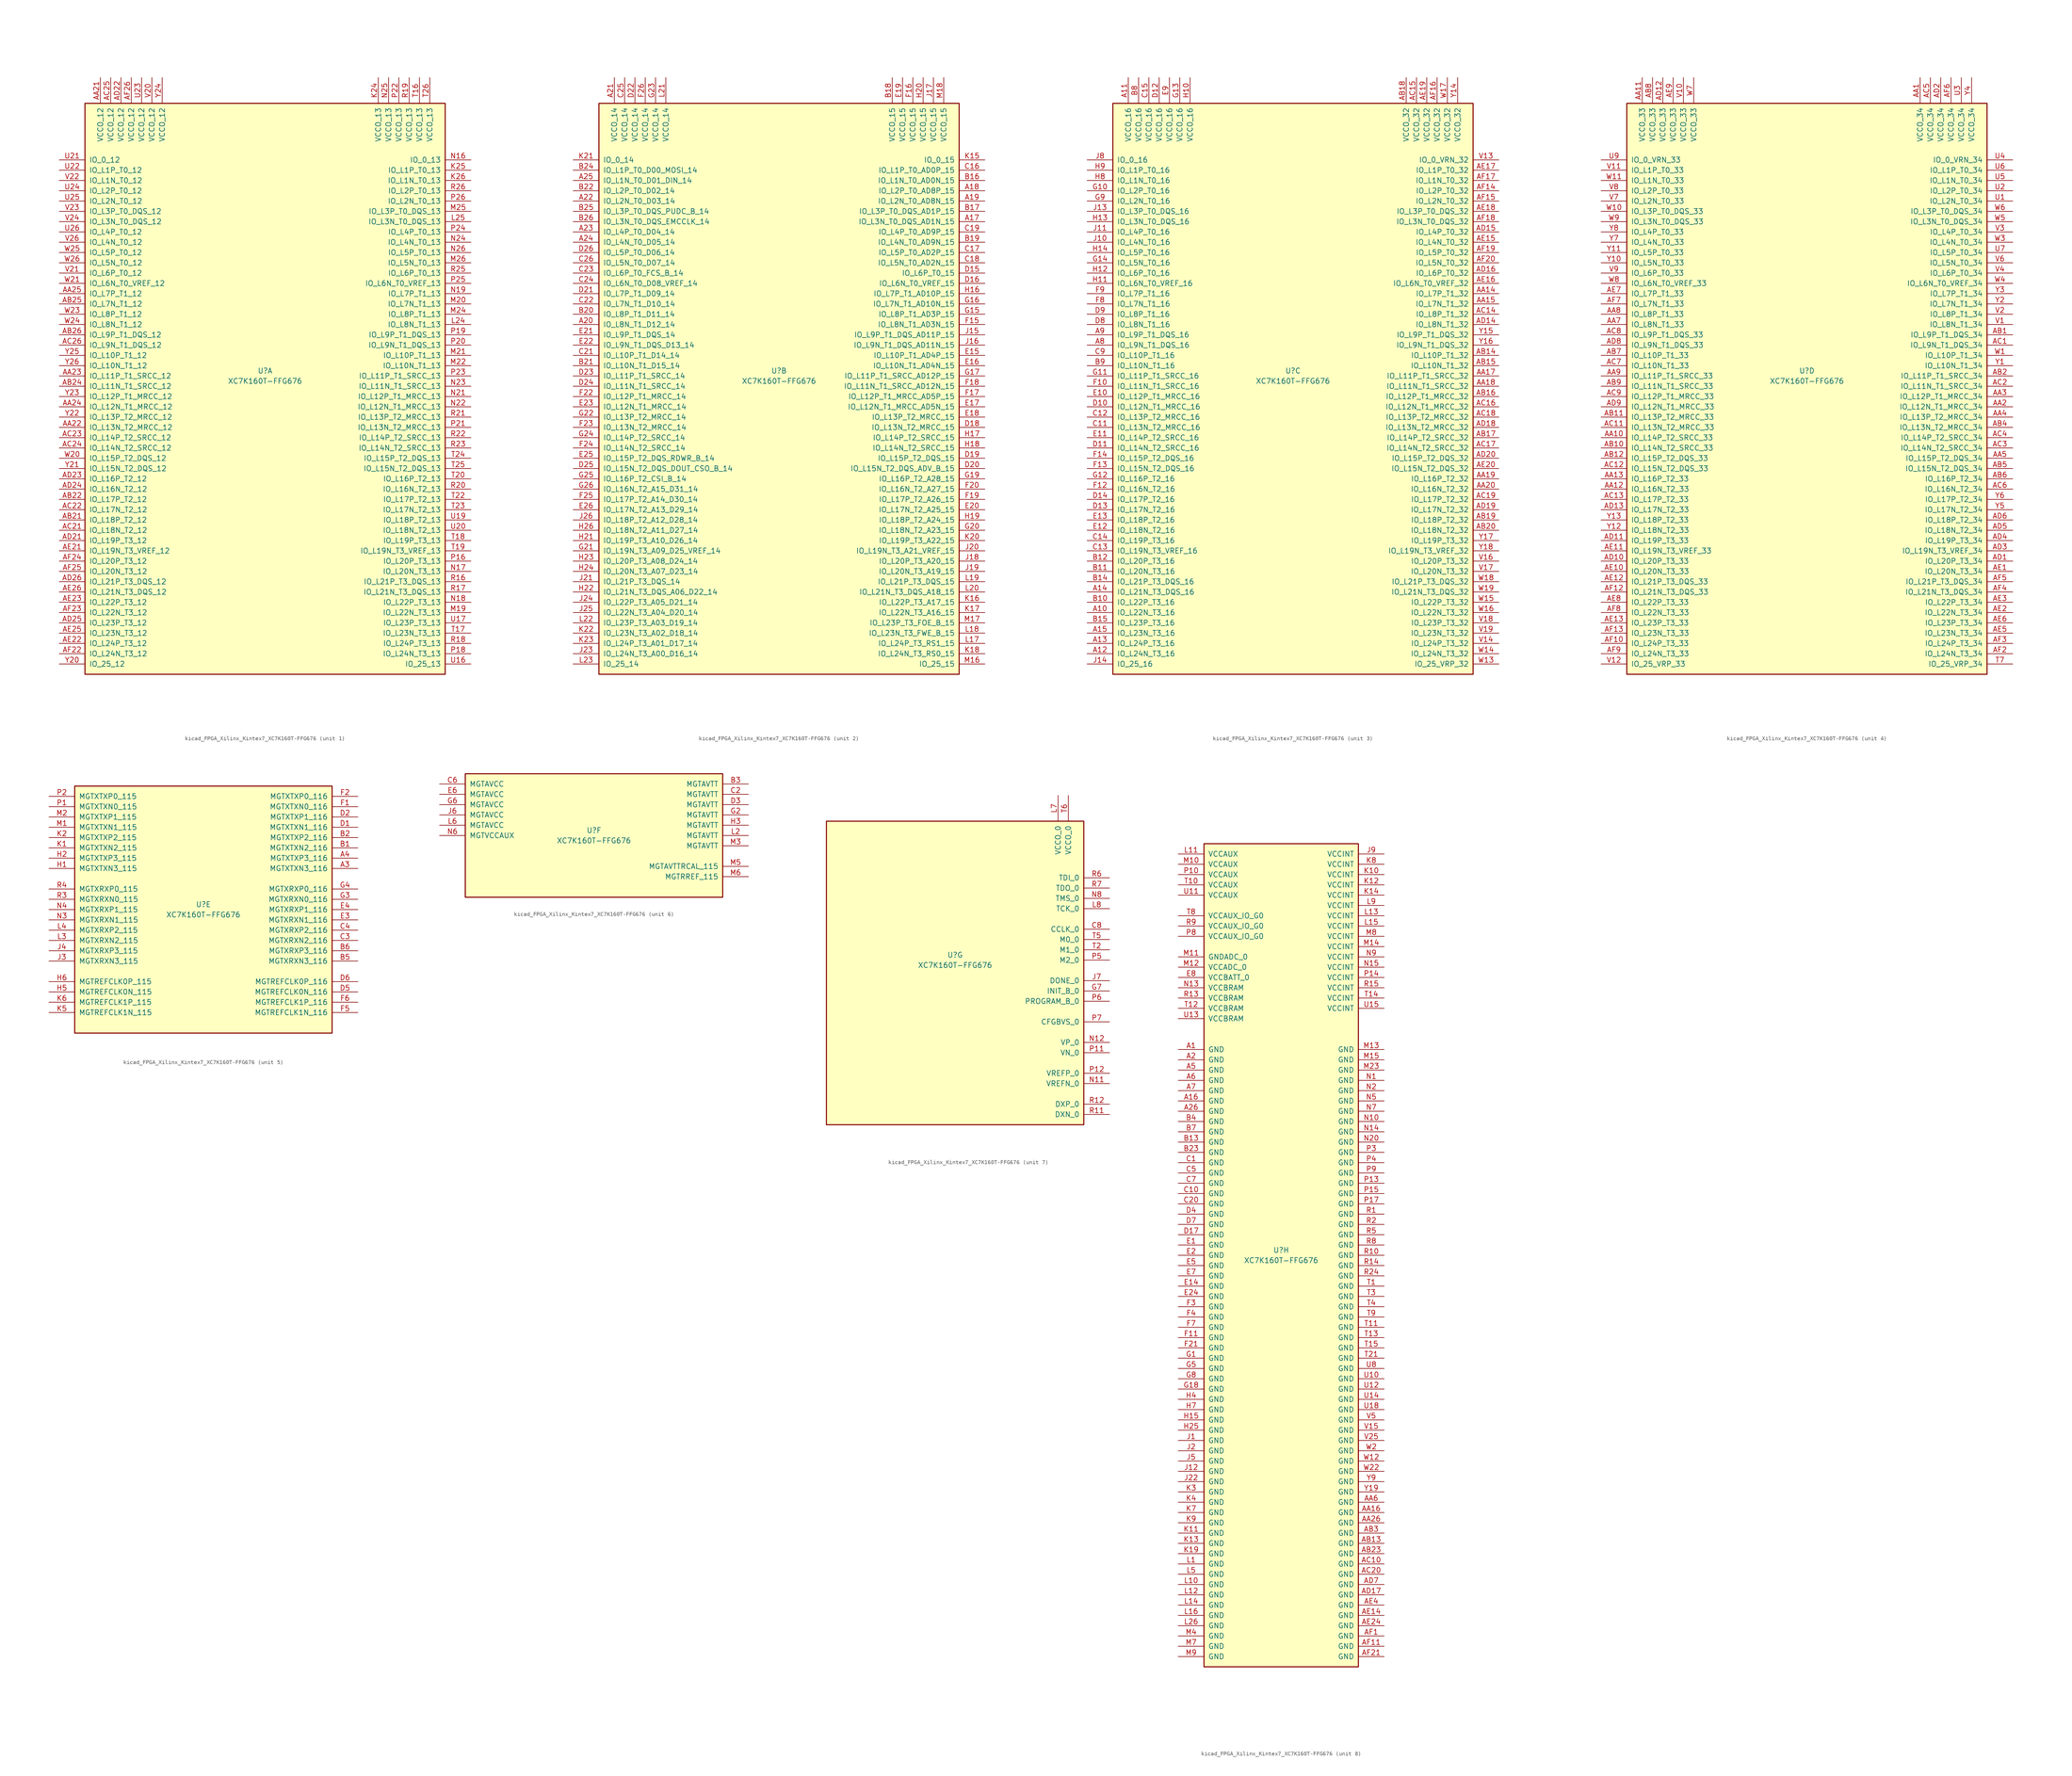
<source format=kicad_sym>
(kicad_symbol_lib
  (version 20220914)
  (generator kicad_symbol_editor)
  (symbol "kicad_FPGA_Xilinx_Kintex7_XC7K160T-FFG676"
    (pin_names
      (offset 1.016))
    (property "Reference" "U"
      (at 0 1.27 0)
      (effects (font (size 1.27 1.27))))
    (property "Value" "XC7K160T-FFG676"
      (at 0 -1.27 0)
      (effects (font (size 1.27 1.27))))
    (property "Datasheet" ""
      (at 0 0 0)
      (effects (font (size 1.27 1.27))))
    (property "ki_locked" ""
      (at 0 0 0)
      (effects (font (size 1.27 1.27))))
    (symbol "kicad_FPGA_Xilinx_Kintex7_XC7K160T-FFG676_1_1"
      (rectangle (start -44.45 67.31) (end 44.45 -73.66) (stroke (width 0.254) (type default)) (fill (type background)))
      (pin power_in line (at -40.64 73.66 270) (length 6.35) (name "VCCO_12" (effects (font (size 1.27 1.27)))) (number "AA21" (effects (font (size 1.27 1.27)))))
      (pin bidirectional line (at -50.8 -12.7 0) (length 6.35) (name "IO_L13N_T2_MRCC_12" (effects (font (size 1.27 1.27)))) (number "AA22" (effects (font (size 1.27 1.27)))))
      (pin bidirectional line (at -50.8 0 0) (length 6.35) (name "IO_L11P_T1_SRCC_12" (effects (font (size 1.27 1.27)))) (number "AA23" (effects (font (size 1.27 1.27)))))
      (pin bidirectional line (at -50.8 -7.62 0) (length 6.35) (name "IO_L12N_T1_MRCC_12" (effects (font (size 1.27 1.27)))) (number "AA24" (effects (font (size 1.27 1.27)))))
      (pin bidirectional line (at -50.8 20.32 0) (length 6.35) (name "IO_L7P_T1_12" (effects (font (size 1.27 1.27)))) (number "AA25" (effects (font (size 1.27 1.27)))))
      (pin bidirectional line (at -50.8 -35.56 0) (length 6.35) (name "IO_L18P_T2_12" (effects (font (size 1.27 1.27)))) (number "AB21" (effects (font (size 1.27 1.27)))))
      (pin bidirectional line (at -50.8 -30.48 0) (length 6.35) (name "IO_L17P_T2_12" (effects (font (size 1.27 1.27)))) (number "AB22" (effects (font (size 1.27 1.27)))))
      (pin bidirectional line (at -50.8 -2.54 0) (length 6.35) (name "IO_L11N_T1_SRCC_12" (effects (font (size 1.27 1.27)))) (number "AB24" (effects (font (size 1.27 1.27)))))
      (pin bidirectional line (at -50.8 17.78 0) (length 6.35) (name "IO_L7N_T1_12" (effects (font (size 1.27 1.27)))) (number "AB25" (effects (font (size 1.27 1.27)))))
      (pin bidirectional line (at -50.8 10.16 0) (length 6.35) (name "IO_L9P_T1_DQS_12" (effects (font (size 1.27 1.27)))) (number "AB26" (effects (font (size 1.27 1.27)))))
      (pin bidirectional line (at -50.8 -38.1 0) (length 6.35) (name "IO_L18N_T2_12" (effects (font (size 1.27 1.27)))) (number "AC21" (effects (font (size 1.27 1.27)))))
      (pin bidirectional line (at -50.8 -33.02 0) (length 6.35) (name "IO_L17N_T2_12" (effects (font (size 1.27 1.27)))) (number "AC22" (effects (font (size 1.27 1.27)))))
      (pin bidirectional line (at -50.8 -15.24 0) (length 6.35) (name "IO_L14P_T2_SRCC_12" (effects (font (size 1.27 1.27)))) (number "AC23" (effects (font (size 1.27 1.27)))))
      (pin bidirectional line (at -50.8 -17.78 0) (length 6.35) (name "IO_L14N_T2_SRCC_12" (effects (font (size 1.27 1.27)))) (number "AC24" (effects (font (size 1.27 1.27)))))
      (pin power_in line (at -38.1 73.66 270) (length 6.35) (name "VCCO_12" (effects (font (size 1.27 1.27)))) (number "AC25" (effects (font (size 1.27 1.27)))))
      (pin bidirectional line (at -50.8 7.62 0) (length 6.35) (name "IO_L9N_T1_DQS_12" (effects (font (size 1.27 1.27)))) (number "AC26" (effects (font (size 1.27 1.27)))))
      (pin bidirectional line (at -50.8 -40.64 0) (length 6.35) (name "IO_L19P_T3_12" (effects (font (size 1.27 1.27)))) (number "AD21" (effects (font (size 1.27 1.27)))))
      (pin power_in line (at -35.56 73.66 270) (length 6.35) (name "VCCO_12" (effects (font (size 1.27 1.27)))) (number "AD22" (effects (font (size 1.27 1.27)))))
      (pin bidirectional line (at -50.8 -25.4 0) (length 6.35) (name "IO_L16P_T2_12" (effects (font (size 1.27 1.27)))) (number "AD23" (effects (font (size 1.27 1.27)))))
      (pin bidirectional line (at -50.8 -27.94 0) (length 6.35) (name "IO_L16N_T2_12" (effects (font (size 1.27 1.27)))) (number "AD24" (effects (font (size 1.27 1.27)))))
      (pin bidirectional line (at -50.8 -60.96 0) (length 6.35) (name "IO_L23P_T3_12" (effects (font (size 1.27 1.27)))) (number "AD25" (effects (font (size 1.27 1.27)))))
      (pin bidirectional line (at -50.8 -50.8 0) (length 6.35) (name "IO_L21P_T3_DQS_12" (effects (font (size 1.27 1.27)))) (number "AD26" (effects (font (size 1.27 1.27)))))
      (pin bidirectional line (at -50.8 -43.18 0) (length 6.35) (name "IO_L19N_T3_VREF_12" (effects (font (size 1.27 1.27)))) (number "AE21" (effects (font (size 1.27 1.27)))))
      (pin bidirectional line (at -50.8 -66.04 0) (length 6.35) (name "IO_L24P_T3_12" (effects (font (size 1.27 1.27)))) (number "AE22" (effects (font (size 1.27 1.27)))))
      (pin bidirectional line (at -50.8 -55.88 0) (length 6.35) (name "IO_L22P_T3_12" (effects (font (size 1.27 1.27)))) (number "AE23" (effects (font (size 1.27 1.27)))))
      (pin bidirectional line (at -50.8 -63.5 0) (length 6.35) (name "IO_L23N_T3_12" (effects (font (size 1.27 1.27)))) (number "AE25" (effects (font (size 1.27 1.27)))))
      (pin bidirectional line (at -50.8 -53.34 0) (length 6.35) (name "IO_L21N_T3_DQS_12" (effects (font (size 1.27 1.27)))) (number "AE26" (effects (font (size 1.27 1.27)))))
      (pin bidirectional line (at -50.8 -68.58 0) (length 6.35) (name "IO_L24N_T3_12" (effects (font (size 1.27 1.27)))) (number "AF22" (effects (font (size 1.27 1.27)))))
      (pin bidirectional line (at -50.8 -58.42 0) (length 6.35) (name "IO_L22N_T3_12" (effects (font (size 1.27 1.27)))) (number "AF23" (effects (font (size 1.27 1.27)))))
      (pin bidirectional line (at -50.8 -45.72 0) (length 6.35) (name "IO_L20P_T3_12" (effects (font (size 1.27 1.27)))) (number "AF24" (effects (font (size 1.27 1.27)))))
      (pin bidirectional line (at -50.8 -48.26 0) (length 6.35) (name "IO_L20N_T3_12" (effects (font (size 1.27 1.27)))) (number "AF25" (effects (font (size 1.27 1.27)))))
      (pin power_in line (at -33.02 73.66 270) (length 6.35) (name "VCCO_12" (effects (font (size 1.27 1.27)))) (number "AF26" (effects (font (size 1.27 1.27)))))
      (pin power_in line (at 27.94 73.66 270) (length 6.35) (name "VCCO_13" (effects (font (size 1.27 1.27)))) (number "K24" (effects (font (size 1.27 1.27)))))
      (pin bidirectional line (at 50.8 50.8 180) (length 6.35) (name "IO_L1P_T0_13" (effects (font (size 1.27 1.27)))) (number "K25" (effects (font (size 1.27 1.27)))))
      (pin bidirectional line (at 50.8 48.26 180) (length 6.35) (name "IO_L1N_T0_13" (effects (font (size 1.27 1.27)))) (number "K26" (effects (font (size 1.27 1.27)))))
      (pin bidirectional line (at 50.8 12.7 180) (length 6.35) (name "IO_L8N_T1_13" (effects (font (size 1.27 1.27)))) (number "L24" (effects (font (size 1.27 1.27)))))
      (pin bidirectional line (at 50.8 38.1 180) (length 6.35) (name "IO_L3N_T0_DQS_13" (effects (font (size 1.27 1.27)))) (number "L25" (effects (font (size 1.27 1.27)))))
      (pin bidirectional line (at 50.8 -58.42 180) (length 6.35) (name "IO_L22N_T3_13" (effects (font (size 1.27 1.27)))) (number "M19" (effects (font (size 1.27 1.27)))))
      (pin bidirectional line (at 50.8 17.78 180) (length 6.35) (name "IO_L7N_T1_13" (effects (font (size 1.27 1.27)))) (number "M20" (effects (font (size 1.27 1.27)))))
      (pin bidirectional line (at 50.8 5.08 180) (length 6.35) (name "IO_L10P_T1_13" (effects (font (size 1.27 1.27)))) (number "M21" (effects (font (size 1.27 1.27)))))
      (pin bidirectional line (at 50.8 2.54 180) (length 6.35) (name "IO_L10N_T1_13" (effects (font (size 1.27 1.27)))) (number "M22" (effects (font (size 1.27 1.27)))))
      (pin bidirectional line (at 50.8 15.24 180) (length 6.35) (name "IO_L8P_T1_13" (effects (font (size 1.27 1.27)))) (number "M24" (effects (font (size 1.27 1.27)))))
      (pin bidirectional line (at 50.8 40.64 180) (length 6.35) (name "IO_L3P_T0_DQS_13" (effects (font (size 1.27 1.27)))) (number "M25" (effects (font (size 1.27 1.27)))))
      (pin bidirectional line (at 50.8 27.94 180) (length 6.35) (name "IO_L5N_T0_13" (effects (font (size 1.27 1.27)))) (number "M26" (effects (font (size 1.27 1.27)))))
      (pin bidirectional line (at 50.8 53.34 180) (length 6.35) (name "IO_0_13" (effects (font (size 1.27 1.27)))) (number "N16" (effects (font (size 1.27 1.27)))))
      (pin bidirectional line (at 50.8 -48.26 180) (length 6.35) (name "IO_L20N_T3_13" (effects (font (size 1.27 1.27)))) (number "N17" (effects (font (size 1.27 1.27)))))
      (pin bidirectional line (at 50.8 -55.88 180) (length 6.35) (name "IO_L22P_T3_13" (effects (font (size 1.27 1.27)))) (number "N18" (effects (font (size 1.27 1.27)))))
      (pin bidirectional line (at 50.8 20.32 180) (length 6.35) (name "IO_L7P_T1_13" (effects (font (size 1.27 1.27)))) (number "N19" (effects (font (size 1.27 1.27)))))
      (pin bidirectional line (at 50.8 -5.08 180) (length 6.35) (name "IO_L12P_T1_MRCC_13" (effects (font (size 1.27 1.27)))) (number "N21" (effects (font (size 1.27 1.27)))))
      (pin bidirectional line (at 50.8 -7.62 180) (length 6.35) (name "IO_L12N_T1_MRCC_13" (effects (font (size 1.27 1.27)))) (number "N22" (effects (font (size 1.27 1.27)))))
      (pin bidirectional line (at 50.8 -2.54 180) (length 6.35) (name "IO_L11N_T1_SRCC_13" (effects (font (size 1.27 1.27)))) (number "N23" (effects (font (size 1.27 1.27)))))
      (pin bidirectional line (at 50.8 33.02 180) (length 6.35) (name "IO_L4N_T0_13" (effects (font (size 1.27 1.27)))) (number "N24" (effects (font (size 1.27 1.27)))))
      (pin power_in line (at 30.48 73.66 270) (length 6.35) (name "VCCO_13" (effects (font (size 1.27 1.27)))) (number "N25" (effects (font (size 1.27 1.27)))))
      (pin bidirectional line (at 50.8 30.48 180) (length 6.35) (name "IO_L5P_T0_13" (effects (font (size 1.27 1.27)))) (number "N26" (effects (font (size 1.27 1.27)))))
      (pin bidirectional line (at 50.8 -45.72 180) (length 6.35) (name "IO_L20P_T3_13" (effects (font (size 1.27 1.27)))) (number "P16" (effects (font (size 1.27 1.27)))))
      (pin bidirectional line (at 50.8 -68.58 180) (length 6.35) (name "IO_L24N_T3_13" (effects (font (size 1.27 1.27)))) (number "P18" (effects (font (size 1.27 1.27)))))
      (pin bidirectional line (at 50.8 10.16 180) (length 6.35) (name "IO_L9P_T1_DQS_13" (effects (font (size 1.27 1.27)))) (number "P19" (effects (font (size 1.27 1.27)))))
      (pin bidirectional line (at 50.8 7.62 180) (length 6.35) (name "IO_L9N_T1_DQS_13" (effects (font (size 1.27 1.27)))) (number "P20" (effects (font (size 1.27 1.27)))))
      (pin bidirectional line (at 50.8 -12.7 180) (length 6.35) (name "IO_L13N_T2_MRCC_13" (effects (font (size 1.27 1.27)))) (number "P21" (effects (font (size 1.27 1.27)))))
      (pin power_in line (at 33.02 73.66 270) (length 6.35) (name "VCCO_13" (effects (font (size 1.27 1.27)))) (number "P22" (effects (font (size 1.27 1.27)))))
      (pin bidirectional line (at 50.8 0 180) (length 6.35) (name "IO_L11P_T1_SRCC_13" (effects (font (size 1.27 1.27)))) (number "P23" (effects (font (size 1.27 1.27)))))
      (pin bidirectional line (at 50.8 35.56 180) (length 6.35) (name "IO_L4P_T0_13" (effects (font (size 1.27 1.27)))) (number "P24" (effects (font (size 1.27 1.27)))))
      (pin bidirectional line (at 50.8 22.86 180) (length 6.35) (name "IO_L6N_T0_VREF_13" (effects (font (size 1.27 1.27)))) (number "P25" (effects (font (size 1.27 1.27)))))
      (pin bidirectional line (at 50.8 43.18 180) (length 6.35) (name "IO_L2N_T0_13" (effects (font (size 1.27 1.27)))) (number "P26" (effects (font (size 1.27 1.27)))))
      (pin bidirectional line (at 50.8 -50.8 180) (length 6.35) (name "IO_L21P_T3_DQS_13" (effects (font (size 1.27 1.27)))) (number "R16" (effects (font (size 1.27 1.27)))))
      (pin bidirectional line (at 50.8 -53.34 180) (length 6.35) (name "IO_L21N_T3_DQS_13" (effects (font (size 1.27 1.27)))) (number "R17" (effects (font (size 1.27 1.27)))))
      (pin bidirectional line (at 50.8 -66.04 180) (length 6.35) (name "IO_L24P_T3_13" (effects (font (size 1.27 1.27)))) (number "R18" (effects (font (size 1.27 1.27)))))
      (pin power_in line (at 35.56 73.66 270) (length 6.35) (name "VCCO_13" (effects (font (size 1.27 1.27)))) (number "R19" (effects (font (size 1.27 1.27)))))
      (pin bidirectional line (at 50.8 -27.94 180) (length 6.35) (name "IO_L16N_T2_13" (effects (font (size 1.27 1.27)))) (number "R20" (effects (font (size 1.27 1.27)))))
      (pin bidirectional line (at 50.8 -10.16 180) (length 6.35) (name "IO_L13P_T2_MRCC_13" (effects (font (size 1.27 1.27)))) (number "R21" (effects (font (size 1.27 1.27)))))
      (pin bidirectional line (at 50.8 -15.24 180) (length 6.35) (name "IO_L14P_T2_SRCC_13" (effects (font (size 1.27 1.27)))) (number "R22" (effects (font (size 1.27 1.27)))))
      (pin bidirectional line (at 50.8 -17.78 180) (length 6.35) (name "IO_L14N_T2_SRCC_13" (effects (font (size 1.27 1.27)))) (number "R23" (effects (font (size 1.27 1.27)))))
      (pin bidirectional line (at 50.8 25.4 180) (length 6.35) (name "IO_L6P_T0_13" (effects (font (size 1.27 1.27)))) (number "R25" (effects (font (size 1.27 1.27)))))
      (pin bidirectional line (at 50.8 45.72 180) (length 6.35) (name "IO_L2P_T0_13" (effects (font (size 1.27 1.27)))) (number "R26" (effects (font (size 1.27 1.27)))))
      (pin power_in line (at 38.1 73.66 270) (length 6.35) (name "VCCO_13" (effects (font (size 1.27 1.27)))) (number "T16" (effects (font (size 1.27 1.27)))))
      (pin bidirectional line (at 50.8 -63.5 180) (length 6.35) (name "IO_L23N_T3_13" (effects (font (size 1.27 1.27)))) (number "T17" (effects (font (size 1.27 1.27)))))
      (pin bidirectional line (at 50.8 -40.64 180) (length 6.35) (name "IO_L19P_T3_13" (effects (font (size 1.27 1.27)))) (number "T18" (effects (font (size 1.27 1.27)))))
      (pin bidirectional line (at 50.8 -43.18 180) (length 6.35) (name "IO_L19N_T3_VREF_13" (effects (font (size 1.27 1.27)))) (number "T19" (effects (font (size 1.27 1.27)))))
      (pin bidirectional line (at 50.8 -25.4 180) (length 6.35) (name "IO_L16P_T2_13" (effects (font (size 1.27 1.27)))) (number "T20" (effects (font (size 1.27 1.27)))))
      (pin bidirectional line (at 50.8 -30.48 180) (length 6.35) (name "IO_L17P_T2_13" (effects (font (size 1.27 1.27)))) (number "T22" (effects (font (size 1.27 1.27)))))
      (pin bidirectional line (at 50.8 -33.02 180) (length 6.35) (name "IO_L17N_T2_13" (effects (font (size 1.27 1.27)))) (number "T23" (effects (font (size 1.27 1.27)))))
      (pin bidirectional line (at 50.8 -20.32 180) (length 6.35) (name "IO_L15P_T2_DQS_13" (effects (font (size 1.27 1.27)))) (number "T24" (effects (font (size 1.27 1.27)))))
      (pin bidirectional line (at 50.8 -22.86 180) (length 6.35) (name "IO_L15N_T2_DQS_13" (effects (font (size 1.27 1.27)))) (number "T25" (effects (font (size 1.27 1.27)))))
      (pin power_in line (at 40.64 73.66 270) (length 6.35) (name "VCCO_13" (effects (font (size 1.27 1.27)))) (number "T26" (effects (font (size 1.27 1.27)))))
      (pin bidirectional line (at 50.8 -71.12 180) (length 6.35) (name "IO_25_13" (effects (font (size 1.27 1.27)))) (number "U16" (effects (font (size 1.27 1.27)))))
      (pin bidirectional line (at 50.8 -60.96 180) (length 6.35) (name "IO_L23P_T3_13" (effects (font (size 1.27 1.27)))) (number "U17" (effects (font (size 1.27 1.27)))))
      (pin bidirectional line (at 50.8 -35.56 180) (length 6.35) (name "IO_L18P_T2_13" (effects (font (size 1.27 1.27)))) (number "U19" (effects (font (size 1.27 1.27)))))
      (pin bidirectional line (at 50.8 -38.1 180) (length 6.35) (name "IO_L18N_T2_13" (effects (font (size 1.27 1.27)))) (number "U20" (effects (font (size 1.27 1.27)))))
      (pin bidirectional line (at -50.8 53.34 0) (length 6.35) (name "IO_0_12" (effects (font (size 1.27 1.27)))) (number "U21" (effects (font (size 1.27 1.27)))))
      (pin bidirectional line (at -50.8 50.8 0) (length 6.35) (name "IO_L1P_T0_12" (effects (font (size 1.27 1.27)))) (number "U22" (effects (font (size 1.27 1.27)))))
      (pin power_in line (at -30.48 73.66 270) (length 6.35) (name "VCCO_12" (effects (font (size 1.27 1.27)))) (number "U23" (effects (font (size 1.27 1.27)))))
      (pin bidirectional line (at -50.8 45.72 0) (length 6.35) (name "IO_L2P_T0_12" (effects (font (size 1.27 1.27)))) (number "U24" (effects (font (size 1.27 1.27)))))
      (pin bidirectional line (at -50.8 43.18 0) (length 6.35) (name "IO_L2N_T0_12" (effects (font (size 1.27 1.27)))) (number "U25" (effects (font (size 1.27 1.27)))))
      (pin bidirectional line (at -50.8 35.56 0) (length 6.35) (name "IO_L4P_T0_12" (effects (font (size 1.27 1.27)))) (number "U26" (effects (font (size 1.27 1.27)))))
      (pin power_in line (at -27.94 73.66 270) (length 6.35) (name "VCCO_12" (effects (font (size 1.27 1.27)))) (number "V20" (effects (font (size 1.27 1.27)))))
      (pin bidirectional line (at -50.8 25.4 0) (length 6.35) (name "IO_L6P_T0_12" (effects (font (size 1.27 1.27)))) (number "V21" (effects (font (size 1.27 1.27)))))
      (pin bidirectional line (at -50.8 48.26 0) (length 6.35) (name "IO_L1N_T0_12" (effects (font (size 1.27 1.27)))) (number "V22" (effects (font (size 1.27 1.27)))))
      (pin bidirectional line (at -50.8 40.64 0) (length 6.35) (name "IO_L3P_T0_DQS_12" (effects (font (size 1.27 1.27)))) (number "V23" (effects (font (size 1.27 1.27)))))
      (pin bidirectional line (at -50.8 38.1 0) (length 6.35) (name "IO_L3N_T0_DQS_12" (effects (font (size 1.27 1.27)))) (number "V24" (effects (font (size 1.27 1.27)))))
      (pin bidirectional line (at -50.8 33.02 0) (length 6.35) (name "IO_L4N_T0_12" (effects (font (size 1.27 1.27)))) (number "V26" (effects (font (size 1.27 1.27)))))
      (pin bidirectional line (at -50.8 -20.32 0) (length 6.35) (name "IO_L15P_T2_DQS_12" (effects (font (size 1.27 1.27)))) (number "W20" (effects (font (size 1.27 1.27)))))
      (pin bidirectional line (at -50.8 22.86 0) (length 6.35) (name "IO_L6N_T0_VREF_12" (effects (font (size 1.27 1.27)))) (number "W21" (effects (font (size 1.27 1.27)))))
      (pin bidirectional line (at -50.8 15.24 0) (length 6.35) (name "IO_L8P_T1_12" (effects (font (size 1.27 1.27)))) (number "W23" (effects (font (size 1.27 1.27)))))
      (pin bidirectional line (at -50.8 12.7 0) (length 6.35) (name "IO_L8N_T1_12" (effects (font (size 1.27 1.27)))) (number "W24" (effects (font (size 1.27 1.27)))))
      (pin bidirectional line (at -50.8 30.48 0) (length 6.35) (name "IO_L5P_T0_12" (effects (font (size 1.27 1.27)))) (number "W25" (effects (font (size 1.27 1.27)))))
      (pin bidirectional line (at -50.8 27.94 0) (length 6.35) (name "IO_L5N_T0_12" (effects (font (size 1.27 1.27)))) (number "W26" (effects (font (size 1.27 1.27)))))
      (pin bidirectional line (at -50.8 -71.12 0) (length 6.35) (name "IO_25_12" (effects (font (size 1.27 1.27)))) (number "Y20" (effects (font (size 1.27 1.27)))))
      (pin bidirectional line (at -50.8 -22.86 0) (length 6.35) (name "IO_L15N_T2_DQS_12" (effects (font (size 1.27 1.27)))) (number "Y21" (effects (font (size 1.27 1.27)))))
      (pin bidirectional line (at -50.8 -10.16 0) (length 6.35) (name "IO_L13P_T2_MRCC_12" (effects (font (size 1.27 1.27)))) (number "Y22" (effects (font (size 1.27 1.27)))))
      (pin bidirectional line (at -50.8 -5.08 0) (length 6.35) (name "IO_L12P_T1_MRCC_12" (effects (font (size 1.27 1.27)))) (number "Y23" (effects (font (size 1.27 1.27)))))
      (pin power_in line (at -25.4 73.66 270) (length 6.35) (name "VCCO_12" (effects (font (size 1.27 1.27)))) (number "Y24" (effects (font (size 1.27 1.27)))))
      (pin bidirectional line (at -50.8 5.08 0) (length 6.35) (name "IO_L10P_T1_12" (effects (font (size 1.27 1.27)))) (number "Y25" (effects (font (size 1.27 1.27)))))
      (pin bidirectional line (at -50.8 2.54 0) (length 6.35) (name "IO_L10N_T1_12" (effects (font (size 1.27 1.27)))) (number "Y26" (effects (font (size 1.27 1.27))))))
    (symbol "kicad_FPGA_Xilinx_Kintex7_XC7K160T-FFG676_2_1"
      (rectangle (start -44.45 67.31) (end 44.45 -73.66) (stroke (width 0.254) (type default)) (fill (type background)))
      (pin bidirectional line (at 50.8 38.1 180) (length 6.35) (name "IO_L3N_T0_DQS_AD1N_15" (effects (font (size 1.27 1.27)))) (number "A17" (effects (font (size 1.27 1.27)))))
      (pin bidirectional line (at 50.8 45.72 180) (length 6.35) (name "IO_L2P_T0_AD8P_15" (effects (font (size 1.27 1.27)))) (number "A18" (effects (font (size 1.27 1.27)))))
      (pin bidirectional line (at 50.8 43.18 180) (length 6.35) (name "IO_L2N_T0_AD8N_15" (effects (font (size 1.27 1.27)))) (number "A19" (effects (font (size 1.27 1.27)))))
      (pin bidirectional line (at -50.8 12.7 0) (length 6.35) (name "IO_L8N_T1_D12_14" (effects (font (size 1.27 1.27)))) (number "A20" (effects (font (size 1.27 1.27)))))
      (pin power_in line (at -40.64 73.66 270) (length 6.35) (name "VCCO_14" (effects (font (size 1.27 1.27)))) (number "A21" (effects (font (size 1.27 1.27)))))
      (pin bidirectional line (at -50.8 43.18 0) (length 6.35) (name "IO_L2N_T0_D03_14" (effects (font (size 1.27 1.27)))) (number "A22" (effects (font (size 1.27 1.27)))))
      (pin bidirectional line (at -50.8 35.56 0) (length 6.35) (name "IO_L4P_T0_D04_14" (effects (font (size 1.27 1.27)))) (number "A23" (effects (font (size 1.27 1.27)))))
      (pin bidirectional line (at -50.8 33.02 0) (length 6.35) (name "IO_L4N_T0_D05_14" (effects (font (size 1.27 1.27)))) (number "A24" (effects (font (size 1.27 1.27)))))
      (pin bidirectional line (at -50.8 48.26 0) (length 6.35) (name "IO_L1N_T0_D01_DIN_14" (effects (font (size 1.27 1.27)))) (number "A25" (effects (font (size 1.27 1.27)))))
      (pin bidirectional line (at 50.8 48.26 180) (length 6.35) (name "IO_L1N_T0_AD0N_15" (effects (font (size 1.27 1.27)))) (number "B16" (effects (font (size 1.27 1.27)))))
      (pin bidirectional line (at 50.8 40.64 180) (length 6.35) (name "IO_L3P_T0_DQS_AD1P_15" (effects (font (size 1.27 1.27)))) (number "B17" (effects (font (size 1.27 1.27)))))
      (pin power_in line (at 27.94 73.66 270) (length 6.35) (name "VCCO_15" (effects (font (size 1.27 1.27)))) (number "B18" (effects (font (size 1.27 1.27)))))
      (pin bidirectional line (at 50.8 33.02 180) (length 6.35) (name "IO_L4N_T0_AD9N_15" (effects (font (size 1.27 1.27)))) (number "B19" (effects (font (size 1.27 1.27)))))
      (pin bidirectional line (at -50.8 15.24 0) (length 6.35) (name "IO_L8P_T1_D11_14" (effects (font (size 1.27 1.27)))) (number "B20" (effects (font (size 1.27 1.27)))))
      (pin bidirectional line (at -50.8 2.54 0) (length 6.35) (name "IO_L10N_T1_D15_14" (effects (font (size 1.27 1.27)))) (number "B21" (effects (font (size 1.27 1.27)))))
      (pin bidirectional line (at -50.8 45.72 0) (length 6.35) (name "IO_L2P_T0_D02_14" (effects (font (size 1.27 1.27)))) (number "B22" (effects (font (size 1.27 1.27)))))
      (pin bidirectional line (at -50.8 50.8 0) (length 6.35) (name "IO_L1P_T0_D00_MOSI_14" (effects (font (size 1.27 1.27)))) (number "B24" (effects (font (size 1.27 1.27)))))
      (pin bidirectional line (at -50.8 40.64 0) (length 6.35) (name "IO_L3P_T0_DQS_PUDC_B_14" (effects (font (size 1.27 1.27)))) (number "B25" (effects (font (size 1.27 1.27)))))
      (pin bidirectional line (at -50.8 38.1 0) (length 6.35) (name "IO_L3N_T0_DQS_EMCCLK_14" (effects (font (size 1.27 1.27)))) (number "B26" (effects (font (size 1.27 1.27)))))
      (pin bidirectional line (at 50.8 50.8 180) (length 6.35) (name "IO_L1P_T0_AD0P_15" (effects (font (size 1.27 1.27)))) (number "C16" (effects (font (size 1.27 1.27)))))
      (pin bidirectional line (at 50.8 30.48 180) (length 6.35) (name "IO_L5P_T0_AD2P_15" (effects (font (size 1.27 1.27)))) (number "C17" (effects (font (size 1.27 1.27)))))
      (pin bidirectional line (at 50.8 27.94 180) (length 6.35) (name "IO_L5N_T0_AD2N_15" (effects (font (size 1.27 1.27)))) (number "C18" (effects (font (size 1.27 1.27)))))
      (pin bidirectional line (at 50.8 35.56 180) (length 6.35) (name "IO_L4P_T0_AD9P_15" (effects (font (size 1.27 1.27)))) (number "C19" (effects (font (size 1.27 1.27)))))
      (pin bidirectional line (at -50.8 5.08 0) (length 6.35) (name "IO_L10P_T1_D14_14" (effects (font (size 1.27 1.27)))) (number "C21" (effects (font (size 1.27 1.27)))))
      (pin bidirectional line (at -50.8 17.78 0) (length 6.35) (name "IO_L7N_T1_D10_14" (effects (font (size 1.27 1.27)))) (number "C22" (effects (font (size 1.27 1.27)))))
      (pin bidirectional line (at -50.8 25.4 0) (length 6.35) (name "IO_L6P_T0_FCS_B_14" (effects (font (size 1.27 1.27)))) (number "C23" (effects (font (size 1.27 1.27)))))
      (pin bidirectional line (at -50.8 22.86 0) (length 6.35) (name "IO_L6N_T0_D08_VREF_14" (effects (font (size 1.27 1.27)))) (number "C24" (effects (font (size 1.27 1.27)))))
      (pin power_in line (at -38.1 73.66 270) (length 6.35) (name "VCCO_14" (effects (font (size 1.27 1.27)))) (number "C25" (effects (font (size 1.27 1.27)))))
      (pin bidirectional line (at -50.8 27.94 0) (length 6.35) (name "IO_L5N_T0_D07_14" (effects (font (size 1.27 1.27)))) (number "C26" (effects (font (size 1.27 1.27)))))
      (pin bidirectional line (at 50.8 25.4 180) (length 6.35) (name "IO_L6P_T0_15" (effects (font (size 1.27 1.27)))) (number "D15" (effects (font (size 1.27 1.27)))))
      (pin bidirectional line (at 50.8 22.86 180) (length 6.35) (name "IO_L6N_T0_VREF_15" (effects (font (size 1.27 1.27)))) (number "D16" (effects (font (size 1.27 1.27)))))
      (pin bidirectional line (at 50.8 -12.7 180) (length 6.35) (name "IO_L13N_T2_MRCC_15" (effects (font (size 1.27 1.27)))) (number "D18" (effects (font (size 1.27 1.27)))))
      (pin bidirectional line (at 50.8 -20.32 180) (length 6.35) (name "IO_L15P_T2_DQS_15" (effects (font (size 1.27 1.27)))) (number "D19" (effects (font (size 1.27 1.27)))))
      (pin bidirectional line (at 50.8 -22.86 180) (length 6.35) (name "IO_L15N_T2_DQS_ADV_B_15" (effects (font (size 1.27 1.27)))) (number "D20" (effects (font (size 1.27 1.27)))))
      (pin bidirectional line (at -50.8 20.32 0) (length 6.35) (name "IO_L7P_T1_D09_14" (effects (font (size 1.27 1.27)))) (number "D21" (effects (font (size 1.27 1.27)))))
      (pin power_in line (at -35.56 73.66 270) (length 6.35) (name "VCCO_14" (effects (font (size 1.27 1.27)))) (number "D22" (effects (font (size 1.27 1.27)))))
      (pin bidirectional line (at -50.8 0 0) (length 6.35) (name "IO_L11P_T1_SRCC_14" (effects (font (size 1.27 1.27)))) (number "D23" (effects (font (size 1.27 1.27)))))
      (pin bidirectional line (at -50.8 -2.54 0) (length 6.35) (name "IO_L11N_T1_SRCC_14" (effects (font (size 1.27 1.27)))) (number "D24" (effects (font (size 1.27 1.27)))))
      (pin bidirectional line (at -50.8 -22.86 0) (length 6.35) (name "IO_L15N_T2_DQS_DOUT_CSO_B_14" (effects (font (size 1.27 1.27)))) (number "D25" (effects (font (size 1.27 1.27)))))
      (pin bidirectional line (at -50.8 30.48 0) (length 6.35) (name "IO_L5P_T0_D06_14" (effects (font (size 1.27 1.27)))) (number "D26" (effects (font (size 1.27 1.27)))))
      (pin bidirectional line (at 50.8 5.08 180) (length 6.35) (name "IO_L10P_T1_AD4P_15" (effects (font (size 1.27 1.27)))) (number "E15" (effects (font (size 1.27 1.27)))))
      (pin bidirectional line (at 50.8 2.54 180) (length 6.35) (name "IO_L10N_T1_AD4N_15" (effects (font (size 1.27 1.27)))) (number "E16" (effects (font (size 1.27 1.27)))))
      (pin bidirectional line (at 50.8 -7.62 180) (length 6.35) (name "IO_L12N_T1_MRCC_AD5N_15" (effects (font (size 1.27 1.27)))) (number "E17" (effects (font (size 1.27 1.27)))))
      (pin bidirectional line (at 50.8 -10.16 180) (length 6.35) (name "IO_L13P_T2_MRCC_15" (effects (font (size 1.27 1.27)))) (number "E18" (effects (font (size 1.27 1.27)))))
      (pin power_in line (at 30.48 73.66 270) (length 6.35) (name "VCCO_15" (effects (font (size 1.27 1.27)))) (number "E19" (effects (font (size 1.27 1.27)))))
      (pin bidirectional line (at 50.8 -33.02 180) (length 6.35) (name "IO_L17N_T2_A25_15" (effects (font (size 1.27 1.27)))) (number "E20" (effects (font (size 1.27 1.27)))))
      (pin bidirectional line (at -50.8 10.16 0) (length 6.35) (name "IO_L9P_T1_DQS_14" (effects (font (size 1.27 1.27)))) (number "E21" (effects (font (size 1.27 1.27)))))
      (pin bidirectional line (at -50.8 7.62 0) (length 6.35) (name "IO_L9N_T1_DQS_D13_14" (effects (font (size 1.27 1.27)))) (number "E22" (effects (font (size 1.27 1.27)))))
      (pin bidirectional line (at -50.8 -7.62 0) (length 6.35) (name "IO_L12N_T1_MRCC_14" (effects (font (size 1.27 1.27)))) (number "E23" (effects (font (size 1.27 1.27)))))
      (pin bidirectional line (at -50.8 -20.32 0) (length 6.35) (name "IO_L15P_T2_DQS_RDWR_B_14" (effects (font (size 1.27 1.27)))) (number "E25" (effects (font (size 1.27 1.27)))))
      (pin bidirectional line (at -50.8 -33.02 0) (length 6.35) (name "IO_L17N_T2_A13_D29_14" (effects (font (size 1.27 1.27)))) (number "E26" (effects (font (size 1.27 1.27)))))
      (pin bidirectional line (at 50.8 12.7 180) (length 6.35) (name "IO_L8N_T1_AD3N_15" (effects (font (size 1.27 1.27)))) (number "F15" (effects (font (size 1.27 1.27)))))
      (pin power_in line (at 33.02 73.66 270) (length 6.35) (name "VCCO_15" (effects (font (size 1.27 1.27)))) (number "F16" (effects (font (size 1.27 1.27)))))
      (pin bidirectional line (at 50.8 -5.08 180) (length 6.35) (name "IO_L12P_T1_MRCC_AD5P_15" (effects (font (size 1.27 1.27)))) (number "F17" (effects (font (size 1.27 1.27)))))
      (pin bidirectional line (at 50.8 -2.54 180) (length 6.35) (name "IO_L11N_T1_SRCC_AD12N_15" (effects (font (size 1.27 1.27)))) (number "F18" (effects (font (size 1.27 1.27)))))
      (pin bidirectional line (at 50.8 -30.48 180) (length 6.35) (name "IO_L17P_T2_A26_15" (effects (font (size 1.27 1.27)))) (number "F19" (effects (font (size 1.27 1.27)))))
      (pin bidirectional line (at 50.8 -27.94 180) (length 6.35) (name "IO_L16N_T2_A27_15" (effects (font (size 1.27 1.27)))) (number "F20" (effects (font (size 1.27 1.27)))))
      (pin bidirectional line (at -50.8 -5.08 0) (length 6.35) (name "IO_L12P_T1_MRCC_14" (effects (font (size 1.27 1.27)))) (number "F22" (effects (font (size 1.27 1.27)))))
      (pin bidirectional line (at -50.8 -12.7 0) (length 6.35) (name "IO_L13N_T2_MRCC_14" (effects (font (size 1.27 1.27)))) (number "F23" (effects (font (size 1.27 1.27)))))
      (pin bidirectional line (at -50.8 -17.78 0) (length 6.35) (name "IO_L14N_T2_SRCC_14" (effects (font (size 1.27 1.27)))) (number "F24" (effects (font (size 1.27 1.27)))))
      (pin bidirectional line (at -50.8 -30.48 0) (length 6.35) (name "IO_L17P_T2_A14_D30_14" (effects (font (size 1.27 1.27)))) (number "F25" (effects (font (size 1.27 1.27)))))
      (pin power_in line (at -33.02 73.66 270) (length 6.35) (name "VCCO_14" (effects (font (size 1.27 1.27)))) (number "F26" (effects (font (size 1.27 1.27)))))
      (pin bidirectional line (at 50.8 15.24 180) (length 6.35) (name "IO_L8P_T1_AD3P_15" (effects (font (size 1.27 1.27)))) (number "G15" (effects (font (size 1.27 1.27)))))
      (pin bidirectional line (at 50.8 17.78 180) (length 6.35) (name "IO_L7N_T1_AD10N_15" (effects (font (size 1.27 1.27)))) (number "G16" (effects (font (size 1.27 1.27)))))
      (pin bidirectional line (at 50.8 0 180) (length 6.35) (name "IO_L11P_T1_SRCC_AD12P_15" (effects (font (size 1.27 1.27)))) (number "G17" (effects (font (size 1.27 1.27)))))
      (pin bidirectional line (at 50.8 -25.4 180) (length 6.35) (name "IO_L16P_T2_A28_15" (effects (font (size 1.27 1.27)))) (number "G19" (effects (font (size 1.27 1.27)))))
      (pin bidirectional line (at 50.8 -38.1 180) (length 6.35) (name "IO_L18N_T2_A23_15" (effects (font (size 1.27 1.27)))) (number "G20" (effects (font (size 1.27 1.27)))))
      (pin bidirectional line (at -50.8 -43.18 0) (length 6.35) (name "IO_L19N_T3_A09_D25_VREF_14" (effects (font (size 1.27 1.27)))) (number "G21" (effects (font (size 1.27 1.27)))))
      (pin bidirectional line (at -50.8 -10.16 0) (length 6.35) (name "IO_L13P_T2_MRCC_14" (effects (font (size 1.27 1.27)))) (number "G22" (effects (font (size 1.27 1.27)))))
      (pin power_in line (at -30.48 73.66 270) (length 6.35) (name "VCCO_14" (effects (font (size 1.27 1.27)))) (number "G23" (effects (font (size 1.27 1.27)))))
      (pin bidirectional line (at -50.8 -15.24 0) (length 6.35) (name "IO_L14P_T2_SRCC_14" (effects (font (size 1.27 1.27)))) (number "G24" (effects (font (size 1.27 1.27)))))
      (pin bidirectional line (at -50.8 -25.4 0) (length 6.35) (name "IO_L16P_T2_CSI_B_14" (effects (font (size 1.27 1.27)))) (number "G25" (effects (font (size 1.27 1.27)))))
      (pin bidirectional line (at -50.8 -27.94 0) (length 6.35) (name "IO_L16N_T2_A15_D31_14" (effects (font (size 1.27 1.27)))) (number "G26" (effects (font (size 1.27 1.27)))))
      (pin bidirectional line (at 50.8 20.32 180) (length 6.35) (name "IO_L7P_T1_AD10P_15" (effects (font (size 1.27 1.27)))) (number "H16" (effects (font (size 1.27 1.27)))))
      (pin bidirectional line (at 50.8 -15.24 180) (length 6.35) (name "IO_L14P_T2_SRCC_15" (effects (font (size 1.27 1.27)))) (number "H17" (effects (font (size 1.27 1.27)))))
      (pin bidirectional line (at 50.8 -17.78 180) (length 6.35) (name "IO_L14N_T2_SRCC_15" (effects (font (size 1.27 1.27)))) (number "H18" (effects (font (size 1.27 1.27)))))
      (pin bidirectional line (at 50.8 -35.56 180) (length 6.35) (name "IO_L18P_T2_A24_15" (effects (font (size 1.27 1.27)))) (number "H19" (effects (font (size 1.27 1.27)))))
      (pin power_in line (at 35.56 73.66 270) (length 6.35) (name "VCCO_15" (effects (font (size 1.27 1.27)))) (number "H20" (effects (font (size 1.27 1.27)))))
      (pin bidirectional line (at -50.8 -40.64 0) (length 6.35) (name "IO_L19P_T3_A10_D26_14" (effects (font (size 1.27 1.27)))) (number "H21" (effects (font (size 1.27 1.27)))))
      (pin bidirectional line (at -50.8 -53.34 0) (length 6.35) (name "IO_L21N_T3_DQS_A06_D22_14" (effects (font (size 1.27 1.27)))) (number "H22" (effects (font (size 1.27 1.27)))))
      (pin bidirectional line (at -50.8 -45.72 0) (length 6.35) (name "IO_L20P_T3_A08_D24_14" (effects (font (size 1.27 1.27)))) (number "H23" (effects (font (size 1.27 1.27)))))
      (pin bidirectional line (at -50.8 -48.26 0) (length 6.35) (name "IO_L20N_T3_A07_D23_14" (effects (font (size 1.27 1.27)))) (number "H24" (effects (font (size 1.27 1.27)))))
      (pin bidirectional line (at -50.8 -38.1 0) (length 6.35) (name "IO_L18N_T2_A11_D27_14" (effects (font (size 1.27 1.27)))) (number "H26" (effects (font (size 1.27 1.27)))))
      (pin bidirectional line (at 50.8 10.16 180) (length 6.35) (name "IO_L9P_T1_DQS_AD11P_15" (effects (font (size 1.27 1.27)))) (number "J15" (effects (font (size 1.27 1.27)))))
      (pin bidirectional line (at 50.8 7.62 180) (length 6.35) (name "IO_L9N_T1_DQS_AD11N_15" (effects (font (size 1.27 1.27)))) (number "J16" (effects (font (size 1.27 1.27)))))
      (pin power_in line (at 38.1 73.66 270) (length 6.35) (name "VCCO_15" (effects (font (size 1.27 1.27)))) (number "J17" (effects (font (size 1.27 1.27)))))
      (pin bidirectional line (at 50.8 -45.72 180) (length 6.35) (name "IO_L20P_T3_A20_15" (effects (font (size 1.27 1.27)))) (number "J18" (effects (font (size 1.27 1.27)))))
      (pin bidirectional line (at 50.8 -48.26 180) (length 6.35) (name "IO_L20N_T3_A19_15" (effects (font (size 1.27 1.27)))) (number "J19" (effects (font (size 1.27 1.27)))))
      (pin bidirectional line (at 50.8 -43.18 180) (length 6.35) (name "IO_L19N_T3_A21_VREF_15" (effects (font (size 1.27 1.27)))) (number "J20" (effects (font (size 1.27 1.27)))))
      (pin bidirectional line (at -50.8 -50.8 0) (length 6.35) (name "IO_L21P_T3_DQS_14" (effects (font (size 1.27 1.27)))) (number "J21" (effects (font (size 1.27 1.27)))))
      (pin bidirectional line (at -50.8 -68.58 0) (length 6.35) (name "IO_L24N_T3_A00_D16_14" (effects (font (size 1.27 1.27)))) (number "J23" (effects (font (size 1.27 1.27)))))
      (pin bidirectional line (at -50.8 -55.88 0) (length 6.35) (name "IO_L22P_T3_A05_D21_14" (effects (font (size 1.27 1.27)))) (number "J24" (effects (font (size 1.27 1.27)))))
      (pin bidirectional line (at -50.8 -58.42 0) (length 6.35) (name "IO_L22N_T3_A04_D20_14" (effects (font (size 1.27 1.27)))) (number "J25" (effects (font (size 1.27 1.27)))))
      (pin bidirectional line (at -50.8 -35.56 0) (length 6.35) (name "IO_L18P_T2_A12_D28_14" (effects (font (size 1.27 1.27)))) (number "J26" (effects (font (size 1.27 1.27)))))
      (pin bidirectional line (at 50.8 53.34 180) (length 6.35) (name "IO_0_15" (effects (font (size 1.27 1.27)))) (number "K15" (effects (font (size 1.27 1.27)))))
      (pin bidirectional line (at 50.8 -55.88 180) (length 6.35) (name "IO_L22P_T3_A17_15" (effects (font (size 1.27 1.27)))) (number "K16" (effects (font (size 1.27 1.27)))))
      (pin bidirectional line (at 50.8 -58.42 180) (length 6.35) (name "IO_L22N_T3_A16_15" (effects (font (size 1.27 1.27)))) (number "K17" (effects (font (size 1.27 1.27)))))
      (pin bidirectional line (at 50.8 -68.58 180) (length 6.35) (name "IO_L24N_T3_RS0_15" (effects (font (size 1.27 1.27)))) (number "K18" (effects (font (size 1.27 1.27)))))
      (pin bidirectional line (at 50.8 -40.64 180) (length 6.35) (name "IO_L19P_T3_A22_15" (effects (font (size 1.27 1.27)))) (number "K20" (effects (font (size 1.27 1.27)))))
      (pin bidirectional line (at -50.8 53.34 0) (length 6.35) (name "IO_0_14" (effects (font (size 1.27 1.27)))) (number "K21" (effects (font (size 1.27 1.27)))))
      (pin bidirectional line (at -50.8 -63.5 0) (length 6.35) (name "IO_L23N_T3_A02_D18_14" (effects (font (size 1.27 1.27)))) (number "K22" (effects (font (size 1.27 1.27)))))
      (pin bidirectional line (at -50.8 -66.04 0) (length 6.35) (name "IO_L24P_T3_A01_D17_14" (effects (font (size 1.27 1.27)))) (number "K23" (effects (font (size 1.27 1.27)))))
      (pin bidirectional line (at 50.8 -66.04 180) (length 6.35) (name "IO_L24P_T3_RS1_15" (effects (font (size 1.27 1.27)))) (number "L17" (effects (font (size 1.27 1.27)))))
      (pin bidirectional line (at 50.8 -63.5 180) (length 6.35) (name "IO_L23N_T3_FWE_B_15" (effects (font (size 1.27 1.27)))) (number "L18" (effects (font (size 1.27 1.27)))))
      (pin bidirectional line (at 50.8 -50.8 180) (length 6.35) (name "IO_L21P_T3_DQS_15" (effects (font (size 1.27 1.27)))) (number "L19" (effects (font (size 1.27 1.27)))))
      (pin bidirectional line (at 50.8 -53.34 180) (length 6.35) (name "IO_L21N_T3_DQS_A18_15" (effects (font (size 1.27 1.27)))) (number "L20" (effects (font (size 1.27 1.27)))))
      (pin power_in line (at -27.94 73.66 270) (length 6.35) (name "VCCO_14" (effects (font (size 1.27 1.27)))) (number "L21" (effects (font (size 1.27 1.27)))))
      (pin bidirectional line (at -50.8 -60.96 0) (length 6.35) (name "IO_L23P_T3_A03_D19_14" (effects (font (size 1.27 1.27)))) (number "L22" (effects (font (size 1.27 1.27)))))
      (pin bidirectional line (at -50.8 -71.12 0) (length 6.35) (name "IO_25_14" (effects (font (size 1.27 1.27)))) (number "L23" (effects (font (size 1.27 1.27)))))
      (pin bidirectional line (at 50.8 -71.12 180) (length 6.35) (name "IO_25_15" (effects (font (size 1.27 1.27)))) (number "M16" (effects (font (size 1.27 1.27)))))
      (pin bidirectional line (at 50.8 -60.96 180) (length 6.35) (name "IO_L23P_T3_FOE_B_15" (effects (font (size 1.27 1.27)))) (number "M17" (effects (font (size 1.27 1.27)))))
      (pin power_in line (at 40.64 73.66 270) (length 6.35) (name "VCCO_15" (effects (font (size 1.27 1.27)))) (number "M18" (effects (font (size 1.27 1.27))))))
    (symbol "kicad_FPGA_Xilinx_Kintex7_XC7K160T-FFG676_3_1"
      (rectangle (start -44.45 67.31) (end 44.45 -73.66) (stroke (width 0.254) (type default)) (fill (type background)))
      (pin bidirectional line (at -50.8 -58.42 0) (length 6.35) (name "IO_L22N_T3_16" (effects (font (size 1.27 1.27)))) (number "A10" (effects (font (size 1.27 1.27)))))
      (pin power_in line (at -40.64 73.66 270) (length 6.35) (name "VCCO_16" (effects (font (size 1.27 1.27)))) (number "A11" (effects (font (size 1.27 1.27)))))
      (pin bidirectional line (at -50.8 -68.58 0) (length 6.35) (name "IO_L24N_T3_16" (effects (font (size 1.27 1.27)))) (number "A12" (effects (font (size 1.27 1.27)))))
      (pin bidirectional line (at -50.8 -66.04 0) (length 6.35) (name "IO_L24P_T3_16" (effects (font (size 1.27 1.27)))) (number "A13" (effects (font (size 1.27 1.27)))))
      (pin bidirectional line (at -50.8 -53.34 0) (length 6.35) (name "IO_L21N_T3_DQS_16" (effects (font (size 1.27 1.27)))) (number "A14" (effects (font (size 1.27 1.27)))))
      (pin bidirectional line (at -50.8 -63.5 0) (length 6.35) (name "IO_L23N_T3_16" (effects (font (size 1.27 1.27)))) (number "A15" (effects (font (size 1.27 1.27)))))
      (pin bidirectional line (at -50.8 7.62 0) (length 6.35) (name "IO_L9N_T1_DQS_16" (effects (font (size 1.27 1.27)))) (number "A8" (effects (font (size 1.27 1.27)))))
      (pin bidirectional line (at -50.8 10.16 0) (length 6.35) (name "IO_L9P_T1_DQS_16" (effects (font (size 1.27 1.27)))) (number "A9" (effects (font (size 1.27 1.27)))))
      (pin bidirectional line (at 50.8 20.32 180) (length 6.35) (name "IO_L7P_T1_32" (effects (font (size 1.27 1.27)))) (number "AA14" (effects (font (size 1.27 1.27)))))
      (pin bidirectional line (at 50.8 17.78 180) (length 6.35) (name "IO_L7N_T1_32" (effects (font (size 1.27 1.27)))) (number "AA15" (effects (font (size 1.27 1.27)))))
      (pin bidirectional line (at 50.8 0 180) (length 6.35) (name "IO_L11P_T1_SRCC_32" (effects (font (size 1.27 1.27)))) (number "AA17" (effects (font (size 1.27 1.27)))))
      (pin bidirectional line (at 50.8 -2.54 180) (length 6.35) (name "IO_L11N_T1_SRCC_32" (effects (font (size 1.27 1.27)))) (number "AA18" (effects (font (size 1.27 1.27)))))
      (pin bidirectional line (at 50.8 -25.4 180) (length 6.35) (name "IO_L16P_T2_32" (effects (font (size 1.27 1.27)))) (number "AA19" (effects (font (size 1.27 1.27)))))
      (pin bidirectional line (at 50.8 -27.94 180) (length 6.35) (name "IO_L16N_T2_32" (effects (font (size 1.27 1.27)))) (number "AA20" (effects (font (size 1.27 1.27)))))
      (pin bidirectional line (at 50.8 5.08 180) (length 6.35) (name "IO_L10P_T1_32" (effects (font (size 1.27 1.27)))) (number "AB14" (effects (font (size 1.27 1.27)))))
      (pin bidirectional line (at 50.8 2.54 180) (length 6.35) (name "IO_L10N_T1_32" (effects (font (size 1.27 1.27)))) (number "AB15" (effects (font (size 1.27 1.27)))))
      (pin bidirectional line (at 50.8 -5.08 180) (length 6.35) (name "IO_L12P_T1_MRCC_32" (effects (font (size 1.27 1.27)))) (number "AB16" (effects (font (size 1.27 1.27)))))
      (pin bidirectional line (at 50.8 -15.24 180) (length 6.35) (name "IO_L14P_T2_SRCC_32" (effects (font (size 1.27 1.27)))) (number "AB17" (effects (font (size 1.27 1.27)))))
      (pin power_in line (at 27.94 73.66 270) (length 6.35) (name "VCCO_32" (effects (font (size 1.27 1.27)))) (number "AB18" (effects (font (size 1.27 1.27)))))
      (pin bidirectional line (at 50.8 -35.56 180) (length 6.35) (name "IO_L18P_T2_32" (effects (font (size 1.27 1.27)))) (number "AB19" (effects (font (size 1.27 1.27)))))
      (pin bidirectional line (at 50.8 -38.1 180) (length 6.35) (name "IO_L18N_T2_32" (effects (font (size 1.27 1.27)))) (number "AB20" (effects (font (size 1.27 1.27)))))
      (pin bidirectional line (at 50.8 15.24 180) (length 6.35) (name "IO_L8P_T1_32" (effects (font (size 1.27 1.27)))) (number "AC14" (effects (font (size 1.27 1.27)))))
      (pin power_in line (at 30.48 73.66 270) (length 6.35) (name "VCCO_32" (effects (font (size 1.27 1.27)))) (number "AC15" (effects (font (size 1.27 1.27)))))
      (pin bidirectional line (at 50.8 -7.62 180) (length 6.35) (name "IO_L12N_T1_MRCC_32" (effects (font (size 1.27 1.27)))) (number "AC16" (effects (font (size 1.27 1.27)))))
      (pin bidirectional line (at 50.8 -17.78 180) (length 6.35) (name "IO_L14N_T2_SRCC_32" (effects (font (size 1.27 1.27)))) (number "AC17" (effects (font (size 1.27 1.27)))))
      (pin bidirectional line (at 50.8 -10.16 180) (length 6.35) (name "IO_L13P_T2_MRCC_32" (effects (font (size 1.27 1.27)))) (number "AC18" (effects (font (size 1.27 1.27)))))
      (pin bidirectional line (at 50.8 -30.48 180) (length 6.35) (name "IO_L17P_T2_32" (effects (font (size 1.27 1.27)))) (number "AC19" (effects (font (size 1.27 1.27)))))
      (pin bidirectional line (at 50.8 12.7 180) (length 6.35) (name "IO_L8N_T1_32" (effects (font (size 1.27 1.27)))) (number "AD14" (effects (font (size 1.27 1.27)))))
      (pin bidirectional line (at 50.8 35.56 180) (length 6.35) (name "IO_L4P_T0_32" (effects (font (size 1.27 1.27)))) (number "AD15" (effects (font (size 1.27 1.27)))))
      (pin bidirectional line (at 50.8 25.4 180) (length 6.35) (name "IO_L6P_T0_32" (effects (font (size 1.27 1.27)))) (number "AD16" (effects (font (size 1.27 1.27)))))
      (pin bidirectional line (at 50.8 -12.7 180) (length 6.35) (name "IO_L13N_T2_MRCC_32" (effects (font (size 1.27 1.27)))) (number "AD18" (effects (font (size 1.27 1.27)))))
      (pin bidirectional line (at 50.8 -33.02 180) (length 6.35) (name "IO_L17N_T2_32" (effects (font (size 1.27 1.27)))) (number "AD19" (effects (font (size 1.27 1.27)))))
      (pin bidirectional line (at 50.8 -20.32 180) (length 6.35) (name "IO_L15P_T2_DQS_32" (effects (font (size 1.27 1.27)))) (number "AD20" (effects (font (size 1.27 1.27)))))
      (pin bidirectional line (at 50.8 33.02 180) (length 6.35) (name "IO_L4N_T0_32" (effects (font (size 1.27 1.27)))) (number "AE15" (effects (font (size 1.27 1.27)))))
      (pin bidirectional line (at 50.8 22.86 180) (length 6.35) (name "IO_L6N_T0_VREF_32" (effects (font (size 1.27 1.27)))) (number "AE16" (effects (font (size 1.27 1.27)))))
      (pin bidirectional line (at 50.8 50.8 180) (length 6.35) (name "IO_L1P_T0_32" (effects (font (size 1.27 1.27)))) (number "AE17" (effects (font (size 1.27 1.27)))))
      (pin bidirectional line (at 50.8 40.64 180) (length 6.35) (name "IO_L3P_T0_DQS_32" (effects (font (size 1.27 1.27)))) (number "AE18" (effects (font (size 1.27 1.27)))))
      (pin power_in line (at 33.02 73.66 270) (length 6.35) (name "VCCO_32" (effects (font (size 1.27 1.27)))) (number "AE19" (effects (font (size 1.27 1.27)))))
      (pin bidirectional line (at 50.8 -22.86 180) (length 6.35) (name "IO_L15N_T2_DQS_32" (effects (font (size 1.27 1.27)))) (number "AE20" (effects (font (size 1.27 1.27)))))
      (pin bidirectional line (at 50.8 45.72 180) (length 6.35) (name "IO_L2P_T0_32" (effects (font (size 1.27 1.27)))) (number "AF14" (effects (font (size 1.27 1.27)))))
      (pin bidirectional line (at 50.8 43.18 180) (length 6.35) (name "IO_L2N_T0_32" (effects (font (size 1.27 1.27)))) (number "AF15" (effects (font (size 1.27 1.27)))))
      (pin power_in line (at 35.56 73.66 270) (length 6.35) (name "VCCO_32" (effects (font (size 1.27 1.27)))) (number "AF16" (effects (font (size 1.27 1.27)))))
      (pin bidirectional line (at 50.8 48.26 180) (length 6.35) (name "IO_L1N_T0_32" (effects (font (size 1.27 1.27)))) (number "AF17" (effects (font (size 1.27 1.27)))))
      (pin bidirectional line (at 50.8 38.1 180) (length 6.35) (name "IO_L3N_T0_DQS_32" (effects (font (size 1.27 1.27)))) (number "AF18" (effects (font (size 1.27 1.27)))))
      (pin bidirectional line (at 50.8 30.48 180) (length 6.35) (name "IO_L5P_T0_32" (effects (font (size 1.27 1.27)))) (number "AF19" (effects (font (size 1.27 1.27)))))
      (pin bidirectional line (at 50.8 27.94 180) (length 6.35) (name "IO_L5N_T0_32" (effects (font (size 1.27 1.27)))) (number "AF20" (effects (font (size 1.27 1.27)))))
      (pin bidirectional line (at -50.8 -55.88 0) (length 6.35) (name "IO_L22P_T3_16" (effects (font (size 1.27 1.27)))) (number "B10" (effects (font (size 1.27 1.27)))))
      (pin bidirectional line (at -50.8 -48.26 0) (length 6.35) (name "IO_L20N_T3_16" (effects (font (size 1.27 1.27)))) (number "B11" (effects (font (size 1.27 1.27)))))
      (pin bidirectional line (at -50.8 -45.72 0) (length 6.35) (name "IO_L20P_T3_16" (effects (font (size 1.27 1.27)))) (number "B12" (effects (font (size 1.27 1.27)))))
      (pin bidirectional line (at -50.8 -50.8 0) (length 6.35) (name "IO_L21P_T3_DQS_16" (effects (font (size 1.27 1.27)))) (number "B14" (effects (font (size 1.27 1.27)))))
      (pin bidirectional line (at -50.8 -60.96 0) (length 6.35) (name "IO_L23P_T3_16" (effects (font (size 1.27 1.27)))) (number "B15" (effects (font (size 1.27 1.27)))))
      (pin power_in line (at -38.1 73.66 270) (length 6.35) (name "VCCO_16" (effects (font (size 1.27 1.27)))) (number "B8" (effects (font (size 1.27 1.27)))))
      (pin bidirectional line (at -50.8 2.54 0) (length 6.35) (name "IO_L10N_T1_16" (effects (font (size 1.27 1.27)))) (number "B9" (effects (font (size 1.27 1.27)))))
      (pin bidirectional line (at -50.8 -12.7 0) (length 6.35) (name "IO_L13N_T2_MRCC_16" (effects (font (size 1.27 1.27)))) (number "C11" (effects (font (size 1.27 1.27)))))
      (pin bidirectional line (at -50.8 -10.16 0) (length 6.35) (name "IO_L13P_T2_MRCC_16" (effects (font (size 1.27 1.27)))) (number "C12" (effects (font (size 1.27 1.27)))))
      (pin bidirectional line (at -50.8 -43.18 0) (length 6.35) (name "IO_L19N_T3_VREF_16" (effects (font (size 1.27 1.27)))) (number "C13" (effects (font (size 1.27 1.27)))))
      (pin bidirectional line (at -50.8 -40.64 0) (length 6.35) (name "IO_L19P_T3_16" (effects (font (size 1.27 1.27)))) (number "C14" (effects (font (size 1.27 1.27)))))
      (pin power_in line (at -35.56 73.66 270) (length 6.35) (name "VCCO_16" (effects (font (size 1.27 1.27)))) (number "C15" (effects (font (size 1.27 1.27)))))
      (pin bidirectional line (at -50.8 5.08 0) (length 6.35) (name "IO_L10P_T1_16" (effects (font (size 1.27 1.27)))) (number "C9" (effects (font (size 1.27 1.27)))))
      (pin bidirectional line (at -50.8 -7.62 0) (length 6.35) (name "IO_L12N_T1_MRCC_16" (effects (font (size 1.27 1.27)))) (number "D10" (effects (font (size 1.27 1.27)))))
      (pin bidirectional line (at -50.8 -17.78 0) (length 6.35) (name "IO_L14N_T2_SRCC_16" (effects (font (size 1.27 1.27)))) (number "D11" (effects (font (size 1.27 1.27)))))
      (pin power_in line (at -33.02 73.66 270) (length 6.35) (name "VCCO_16" (effects (font (size 1.27 1.27)))) (number "D12" (effects (font (size 1.27 1.27)))))
      (pin bidirectional line (at -50.8 -33.02 0) (length 6.35) (name "IO_L17N_T2_16" (effects (font (size 1.27 1.27)))) (number "D13" (effects (font (size 1.27 1.27)))))
      (pin bidirectional line (at -50.8 -30.48 0) (length 6.35) (name "IO_L17P_T2_16" (effects (font (size 1.27 1.27)))) (number "D14" (effects (font (size 1.27 1.27)))))
      (pin bidirectional line (at -50.8 12.7 0) (length 6.35) (name "IO_L8N_T1_16" (effects (font (size 1.27 1.27)))) (number "D8" (effects (font (size 1.27 1.27)))))
      (pin bidirectional line (at -50.8 15.24 0) (length 6.35) (name "IO_L8P_T1_16" (effects (font (size 1.27 1.27)))) (number "D9" (effects (font (size 1.27 1.27)))))
      (pin bidirectional line (at -50.8 -5.08 0) (length 6.35) (name "IO_L12P_T1_MRCC_16" (effects (font (size 1.27 1.27)))) (number "E10" (effects (font (size 1.27 1.27)))))
      (pin bidirectional line (at -50.8 -15.24 0) (length 6.35) (name "IO_L14P_T2_SRCC_16" (effects (font (size 1.27 1.27)))) (number "E11" (effects (font (size 1.27 1.27)))))
      (pin bidirectional line (at -50.8 -38.1 0) (length 6.35) (name "IO_L18N_T2_16" (effects (font (size 1.27 1.27)))) (number "E12" (effects (font (size 1.27 1.27)))))
      (pin bidirectional line (at -50.8 -35.56 0) (length 6.35) (name "IO_L18P_T2_16" (effects (font (size 1.27 1.27)))) (number "E13" (effects (font (size 1.27 1.27)))))
      (pin power_in line (at -30.48 73.66 270) (length 6.35) (name "VCCO_16" (effects (font (size 1.27 1.27)))) (number "E9" (effects (font (size 1.27 1.27)))))
      (pin bidirectional line (at -50.8 -2.54 0) (length 6.35) (name "IO_L11N_T1_SRCC_16" (effects (font (size 1.27 1.27)))) (number "F10" (effects (font (size 1.27 1.27)))))
      (pin bidirectional line (at -50.8 -27.94 0) (length 6.35) (name "IO_L16N_T2_16" (effects (font (size 1.27 1.27)))) (number "F12" (effects (font (size 1.27 1.27)))))
      (pin bidirectional line (at -50.8 -22.86 0) (length 6.35) (name "IO_L15N_T2_DQS_16" (effects (font (size 1.27 1.27)))) (number "F13" (effects (font (size 1.27 1.27)))))
      (pin bidirectional line (at -50.8 -20.32 0) (length 6.35) (name "IO_L15P_T2_DQS_16" (effects (font (size 1.27 1.27)))) (number "F14" (effects (font (size 1.27 1.27)))))
      (pin bidirectional line (at -50.8 17.78 0) (length 6.35) (name "IO_L7N_T1_16" (effects (font (size 1.27 1.27)))) (number "F8" (effects (font (size 1.27 1.27)))))
      (pin bidirectional line (at -50.8 20.32 0) (length 6.35) (name "IO_L7P_T1_16" (effects (font (size 1.27 1.27)))) (number "F9" (effects (font (size 1.27 1.27)))))
      (pin bidirectional line (at -50.8 45.72 0) (length 6.35) (name "IO_L2P_T0_16" (effects (font (size 1.27 1.27)))) (number "G10" (effects (font (size 1.27 1.27)))))
      (pin bidirectional line (at -50.8 0 0) (length 6.35) (name "IO_L11P_T1_SRCC_16" (effects (font (size 1.27 1.27)))) (number "G11" (effects (font (size 1.27 1.27)))))
      (pin bidirectional line (at -50.8 -25.4 0) (length 6.35) (name "IO_L16P_T2_16" (effects (font (size 1.27 1.27)))) (number "G12" (effects (font (size 1.27 1.27)))))
      (pin power_in line (at -27.94 73.66 270) (length 6.35) (name "VCCO_16" (effects (font (size 1.27 1.27)))) (number "G13" (effects (font (size 1.27 1.27)))))
      (pin bidirectional line (at -50.8 27.94 0) (length 6.35) (name "IO_L5N_T0_16" (effects (font (size 1.27 1.27)))) (number "G14" (effects (font (size 1.27 1.27)))))
      (pin bidirectional line (at -50.8 43.18 0) (length 6.35) (name "IO_L2N_T0_16" (effects (font (size 1.27 1.27)))) (number "G9" (effects (font (size 1.27 1.27)))))
      (pin power_in line (at -25.4 73.66 270) (length 6.35) (name "VCCO_16" (effects (font (size 1.27 1.27)))) (number "H10" (effects (font (size 1.27 1.27)))))
      (pin bidirectional line (at -50.8 22.86 0) (length 6.35) (name "IO_L6N_T0_VREF_16" (effects (font (size 1.27 1.27)))) (number "H11" (effects (font (size 1.27 1.27)))))
      (pin bidirectional line (at -50.8 25.4 0) (length 6.35) (name "IO_L6P_T0_16" (effects (font (size 1.27 1.27)))) (number "H12" (effects (font (size 1.27 1.27)))))
      (pin bidirectional line (at -50.8 38.1 0) (length 6.35) (name "IO_L3N_T0_DQS_16" (effects (font (size 1.27 1.27)))) (number "H13" (effects (font (size 1.27 1.27)))))
      (pin bidirectional line (at -50.8 30.48 0) (length 6.35) (name "IO_L5P_T0_16" (effects (font (size 1.27 1.27)))) (number "H14" (effects (font (size 1.27 1.27)))))
      (pin bidirectional line (at -50.8 48.26 0) (length 6.35) (name "IO_L1N_T0_16" (effects (font (size 1.27 1.27)))) (number "H8" (effects (font (size 1.27 1.27)))))
      (pin bidirectional line (at -50.8 50.8 0) (length 6.35) (name "IO_L1P_T0_16" (effects (font (size 1.27 1.27)))) (number "H9" (effects (font (size 1.27 1.27)))))
      (pin bidirectional line (at -50.8 33.02 0) (length 6.35) (name "IO_L4N_T0_16" (effects (font (size 1.27 1.27)))) (number "J10" (effects (font (size 1.27 1.27)))))
      (pin bidirectional line (at -50.8 35.56 0) (length 6.35) (name "IO_L4P_T0_16" (effects (font (size 1.27 1.27)))) (number "J11" (effects (font (size 1.27 1.27)))))
      (pin bidirectional line (at -50.8 40.64 0) (length 6.35) (name "IO_L3P_T0_DQS_16" (effects (font (size 1.27 1.27)))) (number "J13" (effects (font (size 1.27 1.27)))))
      (pin bidirectional line (at -50.8 -71.12 0) (length 6.35) (name "IO_25_16" (effects (font (size 1.27 1.27)))) (number "J14" (effects (font (size 1.27 1.27)))))
      (pin bidirectional line (at -50.8 53.34 0) (length 6.35) (name "IO_0_16" (effects (font (size 1.27 1.27)))) (number "J8" (effects (font (size 1.27 1.27)))))
      (pin bidirectional line (at 50.8 53.34 180) (length 6.35) (name "IO_0_VRN_32" (effects (font (size 1.27 1.27)))) (number "V13" (effects (font (size 1.27 1.27)))))
      (pin bidirectional line (at 50.8 -66.04 180) (length 6.35) (name "IO_L24P_T3_32" (effects (font (size 1.27 1.27)))) (number "V14" (effects (font (size 1.27 1.27)))))
      (pin bidirectional line (at 50.8 -45.72 180) (length 6.35) (name "IO_L20P_T3_32" (effects (font (size 1.27 1.27)))) (number "V16" (effects (font (size 1.27 1.27)))))
      (pin bidirectional line (at 50.8 -48.26 180) (length 6.35) (name "IO_L20N_T3_32" (effects (font (size 1.27 1.27)))) (number "V17" (effects (font (size 1.27 1.27)))))
      (pin bidirectional line (at 50.8 -60.96 180) (length 6.35) (name "IO_L23P_T3_32" (effects (font (size 1.27 1.27)))) (number "V18" (effects (font (size 1.27 1.27)))))
      (pin bidirectional line (at 50.8 -63.5 180) (length 6.35) (name "IO_L23N_T3_32" (effects (font (size 1.27 1.27)))) (number "V19" (effects (font (size 1.27 1.27)))))
      (pin bidirectional line (at 50.8 -71.12 180) (length 6.35) (name "IO_25_VRP_32" (effects (font (size 1.27 1.27)))) (number "W13" (effects (font (size 1.27 1.27)))))
      (pin bidirectional line (at 50.8 -68.58 180) (length 6.35) (name "IO_L24N_T3_32" (effects (font (size 1.27 1.27)))) (number "W14" (effects (font (size 1.27 1.27)))))
      (pin bidirectional line (at 50.8 -55.88 180) (length 6.35) (name "IO_L22P_T3_32" (effects (font (size 1.27 1.27)))) (number "W15" (effects (font (size 1.27 1.27)))))
      (pin bidirectional line (at 50.8 -58.42 180) (length 6.35) (name "IO_L22N_T3_32" (effects (font (size 1.27 1.27)))) (number "W16" (effects (font (size 1.27 1.27)))))
      (pin power_in line (at 38.1 73.66 270) (length 6.35) (name "VCCO_32" (effects (font (size 1.27 1.27)))) (number "W17" (effects (font (size 1.27 1.27)))))
      (pin bidirectional line (at 50.8 -50.8 180) (length 6.35) (name "IO_L21P_T3_DQS_32" (effects (font (size 1.27 1.27)))) (number "W18" (effects (font (size 1.27 1.27)))))
      (pin bidirectional line (at 50.8 -53.34 180) (length 6.35) (name "IO_L21N_T3_DQS_32" (effects (font (size 1.27 1.27)))) (number "W19" (effects (font (size 1.27 1.27)))))
      (pin power_in line (at 40.64 73.66 270) (length 6.35) (name "VCCO_32" (effects (font (size 1.27 1.27)))) (number "Y14" (effects (font (size 1.27 1.27)))))
      (pin bidirectional line (at 50.8 10.16 180) (length 6.35) (name "IO_L9P_T1_DQS_32" (effects (font (size 1.27 1.27)))) (number "Y15" (effects (font (size 1.27 1.27)))))
      (pin bidirectional line (at 50.8 7.62 180) (length 6.35) (name "IO_L9N_T1_DQS_32" (effects (font (size 1.27 1.27)))) (number "Y16" (effects (font (size 1.27 1.27)))))
      (pin bidirectional line (at 50.8 -40.64 180) (length 6.35) (name "IO_L19P_T3_32" (effects (font (size 1.27 1.27)))) (number "Y17" (effects (font (size 1.27 1.27)))))
      (pin bidirectional line (at 50.8 -43.18 180) (length 6.35) (name "IO_L19N_T3_VREF_32" (effects (font (size 1.27 1.27)))) (number "Y18" (effects (font (size 1.27 1.27))))))
    (symbol "kicad_FPGA_Xilinx_Kintex7_XC7K160T-FFG676_4_1"
      (rectangle (start -44.45 67.31) (end 44.45 -73.66) (stroke (width 0.254) (type default)) (fill (type background)))
      (pin power_in line (at 27.94 73.66 270) (length 6.35) (name "VCCO_34" (effects (font (size 1.27 1.27)))) (number "AA1" (effects (font (size 1.27 1.27)))))
      (pin bidirectional line (at -50.8 -15.24 0) (length 6.35) (name "IO_L14P_T2_SRCC_33" (effects (font (size 1.27 1.27)))) (number "AA10" (effects (font (size 1.27 1.27)))))
      (pin power_in line (at -40.64 73.66 270) (length 6.35) (name "VCCO_33" (effects (font (size 1.27 1.27)))) (number "AA11" (effects (font (size 1.27 1.27)))))
      (pin bidirectional line (at -50.8 -27.94 0) (length 6.35) (name "IO_L16N_T2_33" (effects (font (size 1.27 1.27)))) (number "AA12" (effects (font (size 1.27 1.27)))))
      (pin bidirectional line (at -50.8 -25.4 0) (length 6.35) (name "IO_L16P_T2_33" (effects (font (size 1.27 1.27)))) (number "AA13" (effects (font (size 1.27 1.27)))))
      (pin bidirectional line (at 50.8 -7.62 180) (length 6.35) (name "IO_L12N_T1_MRCC_34" (effects (font (size 1.27 1.27)))) (number "AA2" (effects (font (size 1.27 1.27)))))
      (pin bidirectional line (at 50.8 -5.08 180) (length 6.35) (name "IO_L12P_T1_MRCC_34" (effects (font (size 1.27 1.27)))) (number "AA3" (effects (font (size 1.27 1.27)))))
      (pin bidirectional line (at 50.8 -10.16 180) (length 6.35) (name "IO_L13P_T2_MRCC_34" (effects (font (size 1.27 1.27)))) (number "AA4" (effects (font (size 1.27 1.27)))))
      (pin bidirectional line (at 50.8 -20.32 180) (length 6.35) (name "IO_L15P_T2_DQS_34" (effects (font (size 1.27 1.27)))) (number "AA5" (effects (font (size 1.27 1.27)))))
      (pin bidirectional line (at -50.8 12.7 0) (length 6.35) (name "IO_L8N_T1_33" (effects (font (size 1.27 1.27)))) (number "AA7" (effects (font (size 1.27 1.27)))))
      (pin bidirectional line (at -50.8 15.24 0) (length 6.35) (name "IO_L8P_T1_33" (effects (font (size 1.27 1.27)))) (number "AA8" (effects (font (size 1.27 1.27)))))
      (pin bidirectional line (at -50.8 0 0) (length 6.35) (name "IO_L11P_T1_SRCC_33" (effects (font (size 1.27 1.27)))) (number "AA9" (effects (font (size 1.27 1.27)))))
      (pin bidirectional line (at 50.8 10.16 180) (length 6.35) (name "IO_L9P_T1_DQS_34" (effects (font (size 1.27 1.27)))) (number "AB1" (effects (font (size 1.27 1.27)))))
      (pin bidirectional line (at -50.8 -17.78 0) (length 6.35) (name "IO_L14N_T2_SRCC_33" (effects (font (size 1.27 1.27)))) (number "AB10" (effects (font (size 1.27 1.27)))))
      (pin bidirectional line (at -50.8 -10.16 0) (length 6.35) (name "IO_L13P_T2_MRCC_33" (effects (font (size 1.27 1.27)))) (number "AB11" (effects (font (size 1.27 1.27)))))
      (pin bidirectional line (at -50.8 -20.32 0) (length 6.35) (name "IO_L15P_T2_DQS_33" (effects (font (size 1.27 1.27)))) (number "AB12" (effects (font (size 1.27 1.27)))))
      (pin bidirectional line (at 50.8 0 180) (length 6.35) (name "IO_L11P_T1_SRCC_34" (effects (font (size 1.27 1.27)))) (number "AB2" (effects (font (size 1.27 1.27)))))
      (pin bidirectional line (at 50.8 -12.7 180) (length 6.35) (name "IO_L13N_T2_MRCC_34" (effects (font (size 1.27 1.27)))) (number "AB4" (effects (font (size 1.27 1.27)))))
      (pin bidirectional line (at 50.8 -22.86 180) (length 6.35) (name "IO_L15N_T2_DQS_34" (effects (font (size 1.27 1.27)))) (number "AB5" (effects (font (size 1.27 1.27)))))
      (pin bidirectional line (at 50.8 -25.4 180) (length 6.35) (name "IO_L16P_T2_34" (effects (font (size 1.27 1.27)))) (number "AB6" (effects (font (size 1.27 1.27)))))
      (pin bidirectional line (at -50.8 5.08 0) (length 6.35) (name "IO_L10P_T1_33" (effects (font (size 1.27 1.27)))) (number "AB7" (effects (font (size 1.27 1.27)))))
      (pin power_in line (at -38.1 73.66 270) (length 6.35) (name "VCCO_33" (effects (font (size 1.27 1.27)))) (number "AB8" (effects (font (size 1.27 1.27)))))
      (pin bidirectional line (at -50.8 -2.54 0) (length 6.35) (name "IO_L11N_T1_SRCC_33" (effects (font (size 1.27 1.27)))) (number "AB9" (effects (font (size 1.27 1.27)))))
      (pin bidirectional line (at 50.8 7.62 180) (length 6.35) (name "IO_L9N_T1_DQS_34" (effects (font (size 1.27 1.27)))) (number "AC1" (effects (font (size 1.27 1.27)))))
      (pin bidirectional line (at -50.8 -12.7 0) (length 6.35) (name "IO_L13N_T2_MRCC_33" (effects (font (size 1.27 1.27)))) (number "AC11" (effects (font (size 1.27 1.27)))))
      (pin bidirectional line (at -50.8 -22.86 0) (length 6.35) (name "IO_L15N_T2_DQS_33" (effects (font (size 1.27 1.27)))) (number "AC12" (effects (font (size 1.27 1.27)))))
      (pin bidirectional line (at -50.8 -30.48 0) (length 6.35) (name "IO_L17P_T2_33" (effects (font (size 1.27 1.27)))) (number "AC13" (effects (font (size 1.27 1.27)))))
      (pin bidirectional line (at 50.8 -2.54 180) (length 6.35) (name "IO_L11N_T1_SRCC_34" (effects (font (size 1.27 1.27)))) (number "AC2" (effects (font (size 1.27 1.27)))))
      (pin bidirectional line (at 50.8 -17.78 180) (length 6.35) (name "IO_L14N_T2_SRCC_34" (effects (font (size 1.27 1.27)))) (number "AC3" (effects (font (size 1.27 1.27)))))
      (pin bidirectional line (at 50.8 -15.24 180) (length 6.35) (name "IO_L14P_T2_SRCC_34" (effects (font (size 1.27 1.27)))) (number "AC4" (effects (font (size 1.27 1.27)))))
      (pin power_in line (at 30.48 73.66 270) (length 6.35) (name "VCCO_34" (effects (font (size 1.27 1.27)))) (number "AC5" (effects (font (size 1.27 1.27)))))
      (pin bidirectional line (at 50.8 -27.94 180) (length 6.35) (name "IO_L16N_T2_34" (effects (font (size 1.27 1.27)))) (number "AC6" (effects (font (size 1.27 1.27)))))
      (pin bidirectional line (at -50.8 2.54 0) (length 6.35) (name "IO_L10N_T1_33" (effects (font (size 1.27 1.27)))) (number "AC7" (effects (font (size 1.27 1.27)))))
      (pin bidirectional line (at -50.8 10.16 0) (length 6.35) (name "IO_L9P_T1_DQS_33" (effects (font (size 1.27 1.27)))) (number "AC8" (effects (font (size 1.27 1.27)))))
      (pin bidirectional line (at -50.8 -5.08 0) (length 6.35) (name "IO_L12P_T1_MRCC_33" (effects (font (size 1.27 1.27)))) (number "AC9" (effects (font (size 1.27 1.27)))))
      (pin bidirectional line (at 50.8 -45.72 180) (length 6.35) (name "IO_L20P_T3_34" (effects (font (size 1.27 1.27)))) (number "AD1" (effects (font (size 1.27 1.27)))))
      (pin bidirectional line (at -50.8 -45.72 0) (length 6.35) (name "IO_L20P_T3_33" (effects (font (size 1.27 1.27)))) (number "AD10" (effects (font (size 1.27 1.27)))))
      (pin bidirectional line (at -50.8 -40.64 0) (length 6.35) (name "IO_L19P_T3_33" (effects (font (size 1.27 1.27)))) (number "AD11" (effects (font (size 1.27 1.27)))))
      (pin power_in line (at -35.56 73.66 270) (length 6.35) (name "VCCO_33" (effects (font (size 1.27 1.27)))) (number "AD12" (effects (font (size 1.27 1.27)))))
      (pin bidirectional line (at -50.8 -33.02 0) (length 6.35) (name "IO_L17N_T2_33" (effects (font (size 1.27 1.27)))) (number "AD13" (effects (font (size 1.27 1.27)))))
      (pin power_in line (at 33.02 73.66 270) (length 6.35) (name "VCCO_34" (effects (font (size 1.27 1.27)))) (number "AD2" (effects (font (size 1.27 1.27)))))
      (pin bidirectional line (at 50.8 -43.18 180) (length 6.35) (name "IO_L19N_T3_VREF_34" (effects (font (size 1.27 1.27)))) (number "AD3" (effects (font (size 1.27 1.27)))))
      (pin bidirectional line (at 50.8 -40.64 180) (length 6.35) (name "IO_L19P_T3_34" (effects (font (size 1.27 1.27)))) (number "AD4" (effects (font (size 1.27 1.27)))))
      (pin bidirectional line (at 50.8 -38.1 180) (length 6.35) (name "IO_L18N_T2_34" (effects (font (size 1.27 1.27)))) (number "AD5" (effects (font (size 1.27 1.27)))))
      (pin bidirectional line (at 50.8 -35.56 180) (length 6.35) (name "IO_L18P_T2_34" (effects (font (size 1.27 1.27)))) (number "AD6" (effects (font (size 1.27 1.27)))))
      (pin bidirectional line (at -50.8 7.62 0) (length 6.35) (name "IO_L9N_T1_DQS_33" (effects (font (size 1.27 1.27)))) (number "AD8" (effects (font (size 1.27 1.27)))))
      (pin bidirectional line (at -50.8 -7.62 0) (length 6.35) (name "IO_L12N_T1_MRCC_33" (effects (font (size 1.27 1.27)))) (number "AD9" (effects (font (size 1.27 1.27)))))
      (pin bidirectional line (at 50.8 -48.26 180) (length 6.35) (name "IO_L20N_T3_34" (effects (font (size 1.27 1.27)))) (number "AE1" (effects (font (size 1.27 1.27)))))
      (pin bidirectional line (at -50.8 -48.26 0) (length 6.35) (name "IO_L20N_T3_33" (effects (font (size 1.27 1.27)))) (number "AE10" (effects (font (size 1.27 1.27)))))
      (pin bidirectional line (at -50.8 -43.18 0) (length 6.35) (name "IO_L19N_T3_VREF_33" (effects (font (size 1.27 1.27)))) (number "AE11" (effects (font (size 1.27 1.27)))))
      (pin bidirectional line (at -50.8 -50.8 0) (length 6.35) (name "IO_L21P_T3_DQS_33" (effects (font (size 1.27 1.27)))) (number "AE12" (effects (font (size 1.27 1.27)))))
      (pin bidirectional line (at -50.8 -60.96 0) (length 6.35) (name "IO_L23P_T3_33" (effects (font (size 1.27 1.27)))) (number "AE13" (effects (font (size 1.27 1.27)))))
      (pin bidirectional line (at 50.8 -58.42 180) (length 6.35) (name "IO_L22N_T3_34" (effects (font (size 1.27 1.27)))) (number "AE2" (effects (font (size 1.27 1.27)))))
      (pin bidirectional line (at 50.8 -55.88 180) (length 6.35) (name "IO_L22P_T3_34" (effects (font (size 1.27 1.27)))) (number "AE3" (effects (font (size 1.27 1.27)))))
      (pin bidirectional line (at 50.8 -63.5 180) (length 6.35) (name "IO_L23N_T3_34" (effects (font (size 1.27 1.27)))) (number "AE5" (effects (font (size 1.27 1.27)))))
      (pin bidirectional line (at 50.8 -60.96 180) (length 6.35) (name "IO_L23P_T3_34" (effects (font (size 1.27 1.27)))) (number "AE6" (effects (font (size 1.27 1.27)))))
      (pin bidirectional line (at -50.8 20.32 0) (length 6.35) (name "IO_L7P_T1_33" (effects (font (size 1.27 1.27)))) (number "AE7" (effects (font (size 1.27 1.27)))))
      (pin bidirectional line (at -50.8 -55.88 0) (length 6.35) (name "IO_L22P_T3_33" (effects (font (size 1.27 1.27)))) (number "AE8" (effects (font (size 1.27 1.27)))))
      (pin power_in line (at -33.02 73.66 270) (length 6.35) (name "VCCO_33" (effects (font (size 1.27 1.27)))) (number "AE9" (effects (font (size 1.27 1.27)))))
      (pin bidirectional line (at -50.8 -66.04 0) (length 6.35) (name "IO_L24P_T3_33" (effects (font (size 1.27 1.27)))) (number "AF10" (effects (font (size 1.27 1.27)))))
      (pin bidirectional line (at -50.8 -53.34 0) (length 6.35) (name "IO_L21N_T3_DQS_33" (effects (font (size 1.27 1.27)))) (number "AF12" (effects (font (size 1.27 1.27)))))
      (pin bidirectional line (at -50.8 -63.5 0) (length 6.35) (name "IO_L23N_T3_33" (effects (font (size 1.27 1.27)))) (number "AF13" (effects (font (size 1.27 1.27)))))
      (pin bidirectional line (at 50.8 -68.58 180) (length 6.35) (name "IO_L24N_T3_34" (effects (font (size 1.27 1.27)))) (number "AF2" (effects (font (size 1.27 1.27)))))
      (pin bidirectional line (at 50.8 -66.04 180) (length 6.35) (name "IO_L24P_T3_34" (effects (font (size 1.27 1.27)))) (number "AF3" (effects (font (size 1.27 1.27)))))
      (pin bidirectional line (at 50.8 -53.34 180) (length 6.35) (name "IO_L21N_T3_DQS_34" (effects (font (size 1.27 1.27)))) (number "AF4" (effects (font (size 1.27 1.27)))))
      (pin bidirectional line (at 50.8 -50.8 180) (length 6.35) (name "IO_L21P_T3_DQS_34" (effects (font (size 1.27 1.27)))) (number "AF5" (effects (font (size 1.27 1.27)))))
      (pin power_in line (at 35.56 73.66 270) (length 6.35) (name "VCCO_34" (effects (font (size 1.27 1.27)))) (number "AF6" (effects (font (size 1.27 1.27)))))
      (pin bidirectional line (at -50.8 17.78 0) (length 6.35) (name "IO_L7N_T1_33" (effects (font (size 1.27 1.27)))) (number "AF7" (effects (font (size 1.27 1.27)))))
      (pin bidirectional line (at -50.8 -58.42 0) (length 6.35) (name "IO_L22N_T3_33" (effects (font (size 1.27 1.27)))) (number "AF8" (effects (font (size 1.27 1.27)))))
      (pin bidirectional line (at -50.8 -68.58 0) (length 6.35) (name "IO_L24N_T3_33" (effects (font (size 1.27 1.27)))) (number "AF9" (effects (font (size 1.27 1.27)))))
      (pin bidirectional line (at 50.8 -71.12 180) (length 6.35) (name "IO_25_VRP_34" (effects (font (size 1.27 1.27)))) (number "T7" (effects (font (size 1.27 1.27)))))
      (pin bidirectional line (at 50.8 43.18 180) (length 6.35) (name "IO_L2N_T0_34" (effects (font (size 1.27 1.27)))) (number "U1" (effects (font (size 1.27 1.27)))))
      (pin bidirectional line (at 50.8 45.72 180) (length 6.35) (name "IO_L2P_T0_34" (effects (font (size 1.27 1.27)))) (number "U2" (effects (font (size 1.27 1.27)))))
      (pin power_in line (at 38.1 73.66 270) (length 6.35) (name "VCCO_34" (effects (font (size 1.27 1.27)))) (number "U3" (effects (font (size 1.27 1.27)))))
      (pin bidirectional line (at 50.8 53.34 180) (length 6.35) (name "IO_0_VRN_34" (effects (font (size 1.27 1.27)))) (number "U4" (effects (font (size 1.27 1.27)))))
      (pin bidirectional line (at 50.8 48.26 180) (length 6.35) (name "IO_L1N_T0_34" (effects (font (size 1.27 1.27)))) (number "U5" (effects (font (size 1.27 1.27)))))
      (pin bidirectional line (at 50.8 50.8 180) (length 6.35) (name "IO_L1P_T0_34" (effects (font (size 1.27 1.27)))) (number "U6" (effects (font (size 1.27 1.27)))))
      (pin bidirectional line (at 50.8 30.48 180) (length 6.35) (name "IO_L5P_T0_34" (effects (font (size 1.27 1.27)))) (number "U7" (effects (font (size 1.27 1.27)))))
      (pin bidirectional line (at -50.8 53.34 0) (length 6.35) (name "IO_0_VRN_33" (effects (font (size 1.27 1.27)))) (number "U9" (effects (font (size 1.27 1.27)))))
      (pin bidirectional line (at 50.8 12.7 180) (length 6.35) (name "IO_L8N_T1_34" (effects (font (size 1.27 1.27)))) (number "V1" (effects (font (size 1.27 1.27)))))
      (pin power_in line (at -30.48 73.66 270) (length 6.35) (name "VCCO_33" (effects (font (size 1.27 1.27)))) (number "V10" (effects (font (size 1.27 1.27)))))
      (pin bidirectional line (at -50.8 50.8 0) (length 6.35) (name "IO_L1P_T0_33" (effects (font (size 1.27 1.27)))) (number "V11" (effects (font (size 1.27 1.27)))))
      (pin bidirectional line (at -50.8 -71.12 0) (length 6.35) (name "IO_25_VRP_33" (effects (font (size 1.27 1.27)))) (number "V12" (effects (font (size 1.27 1.27)))))
      (pin bidirectional line (at 50.8 15.24 180) (length 6.35) (name "IO_L8P_T1_34" (effects (font (size 1.27 1.27)))) (number "V2" (effects (font (size 1.27 1.27)))))
      (pin bidirectional line (at 50.8 35.56 180) (length 6.35) (name "IO_L4P_T0_34" (effects (font (size 1.27 1.27)))) (number "V3" (effects (font (size 1.27 1.27)))))
      (pin bidirectional line (at 50.8 25.4 180) (length 6.35) (name "IO_L6P_T0_34" (effects (font (size 1.27 1.27)))) (number "V4" (effects (font (size 1.27 1.27)))))
      (pin bidirectional line (at 50.8 27.94 180) (length 6.35) (name "IO_L5N_T0_34" (effects (font (size 1.27 1.27)))) (number "V6" (effects (font (size 1.27 1.27)))))
      (pin bidirectional line (at -50.8 43.18 0) (length 6.35) (name "IO_L2N_T0_33" (effects (font (size 1.27 1.27)))) (number "V7" (effects (font (size 1.27 1.27)))))
      (pin bidirectional line (at -50.8 45.72 0) (length 6.35) (name "IO_L2P_T0_33" (effects (font (size 1.27 1.27)))) (number "V8" (effects (font (size 1.27 1.27)))))
      (pin bidirectional line (at -50.8 25.4 0) (length 6.35) (name "IO_L6P_T0_33" (effects (font (size 1.27 1.27)))) (number "V9" (effects (font (size 1.27 1.27)))))
      (pin bidirectional line (at 50.8 5.08 180) (length 6.35) (name "IO_L10P_T1_34" (effects (font (size 1.27 1.27)))) (number "W1" (effects (font (size 1.27 1.27)))))
      (pin bidirectional line (at -50.8 40.64 0) (length 6.35) (name "IO_L3P_T0_DQS_33" (effects (font (size 1.27 1.27)))) (number "W10" (effects (font (size 1.27 1.27)))))
      (pin bidirectional line (at -50.8 48.26 0) (length 6.35) (name "IO_L1N_T0_33" (effects (font (size 1.27 1.27)))) (number "W11" (effects (font (size 1.27 1.27)))))
      (pin bidirectional line (at 50.8 33.02 180) (length 6.35) (name "IO_L4N_T0_34" (effects (font (size 1.27 1.27)))) (number "W3" (effects (font (size 1.27 1.27)))))
      (pin bidirectional line (at 50.8 22.86 180) (length 6.35) (name "IO_L6N_T0_VREF_34" (effects (font (size 1.27 1.27)))) (number "W4" (effects (font (size 1.27 1.27)))))
      (pin bidirectional line (at 50.8 38.1 180) (length 6.35) (name "IO_L3N_T0_DQS_34" (effects (font (size 1.27 1.27)))) (number "W5" (effects (font (size 1.27 1.27)))))
      (pin bidirectional line (at 50.8 40.64 180) (length 6.35) (name "IO_L3P_T0_DQS_34" (effects (font (size 1.27 1.27)))) (number "W6" (effects (font (size 1.27 1.27)))))
      (pin power_in line (at -27.94 73.66 270) (length 6.35) (name "VCCO_33" (effects (font (size 1.27 1.27)))) (number "W7" (effects (font (size 1.27 1.27)))))
      (pin bidirectional line (at -50.8 22.86 0) (length 6.35) (name "IO_L6N_T0_VREF_33" (effects (font (size 1.27 1.27)))) (number "W8" (effects (font (size 1.27 1.27)))))
      (pin bidirectional line (at -50.8 38.1 0) (length 6.35) (name "IO_L3N_T0_DQS_33" (effects (font (size 1.27 1.27)))) (number "W9" (effects (font (size 1.27 1.27)))))
      (pin bidirectional line (at 50.8 2.54 180) (length 6.35) (name "IO_L10N_T1_34" (effects (font (size 1.27 1.27)))) (number "Y1" (effects (font (size 1.27 1.27)))))
      (pin bidirectional line (at -50.8 27.94 0) (length 6.35) (name "IO_L5N_T0_33" (effects (font (size 1.27 1.27)))) (number "Y10" (effects (font (size 1.27 1.27)))))
      (pin bidirectional line (at -50.8 30.48 0) (length 6.35) (name "IO_L5P_T0_33" (effects (font (size 1.27 1.27)))) (number "Y11" (effects (font (size 1.27 1.27)))))
      (pin bidirectional line (at -50.8 -38.1 0) (length 6.35) (name "IO_L18N_T2_33" (effects (font (size 1.27 1.27)))) (number "Y12" (effects (font (size 1.27 1.27)))))
      (pin bidirectional line (at -50.8 -35.56 0) (length 6.35) (name "IO_L18P_T2_33" (effects (font (size 1.27 1.27)))) (number "Y13" (effects (font (size 1.27 1.27)))))
      (pin bidirectional line (at 50.8 17.78 180) (length 6.35) (name "IO_L7N_T1_34" (effects (font (size 1.27 1.27)))) (number "Y2" (effects (font (size 1.27 1.27)))))
      (pin bidirectional line (at 50.8 20.32 180) (length 6.35) (name "IO_L7P_T1_34" (effects (font (size 1.27 1.27)))) (number "Y3" (effects (font (size 1.27 1.27)))))
      (pin power_in line (at 40.64 73.66 270) (length 6.35) (name "VCCO_34" (effects (font (size 1.27 1.27)))) (number "Y4" (effects (font (size 1.27 1.27)))))
      (pin bidirectional line (at 50.8 -33.02 180) (length 6.35) (name "IO_L17N_T2_34" (effects (font (size 1.27 1.27)))) (number "Y5" (effects (font (size 1.27 1.27)))))
      (pin bidirectional line (at 50.8 -30.48 180) (length 6.35) (name "IO_L17P_T2_34" (effects (font (size 1.27 1.27)))) (number "Y6" (effects (font (size 1.27 1.27)))))
      (pin bidirectional line (at -50.8 33.02 0) (length 6.35) (name "IO_L4N_T0_33" (effects (font (size 1.27 1.27)))) (number "Y7" (effects (font (size 1.27 1.27)))))
      (pin bidirectional line (at -50.8 35.56 0) (length 6.35) (name "IO_L4P_T0_33" (effects (font (size 1.27 1.27)))) (number "Y8" (effects (font (size 1.27 1.27))))))
    (symbol "kicad_FPGA_Xilinx_Kintex7_XC7K160T-FFG676_5_1"
      (rectangle (start -31.75 30.48) (end 31.75 -30.48) (stroke (width 0.254) (type default)) (fill (type background)))
      (pin bidirectional line (at 38.1 10.16 180) (length 6.35) (name "MGTXTXN3_116" (effects (font (size 1.27 1.27)))) (number "A3" (effects (font (size 1.27 1.27)))))
      (pin bidirectional line (at 38.1 12.7 180) (length 6.35) (name "MGTXTXP3_116" (effects (font (size 1.27 1.27)))) (number "A4" (effects (font (size 1.27 1.27)))))
      (pin bidirectional line (at 38.1 15.24 180) (length 6.35) (name "MGTXTXN2_116" (effects (font (size 1.27 1.27)))) (number "B1" (effects (font (size 1.27 1.27)))))
      (pin bidirectional line (at 38.1 17.78 180) (length 6.35) (name "MGTXTXP2_116" (effects (font (size 1.27 1.27)))) (number "B2" (effects (font (size 1.27 1.27)))))
      (pin bidirectional line (at 38.1 -12.7 180) (length 6.35) (name "MGTXRXN3_116" (effects (font (size 1.27 1.27)))) (number "B5" (effects (font (size 1.27 1.27)))))
      (pin bidirectional line (at 38.1 -10.16 180) (length 6.35) (name "MGTXRXP3_116" (effects (font (size 1.27 1.27)))) (number "B6" (effects (font (size 1.27 1.27)))))
      (pin bidirectional line (at 38.1 -7.62 180) (length 6.35) (name "MGTXRXN2_116" (effects (font (size 1.27 1.27)))) (number "C3" (effects (font (size 1.27 1.27)))))
      (pin bidirectional line (at 38.1 -5.08 180) (length 6.35) (name "MGTXRXP2_116" (effects (font (size 1.27 1.27)))) (number "C4" (effects (font (size 1.27 1.27)))))
      (pin bidirectional line (at 38.1 20.32 180) (length 6.35) (name "MGTXTXN1_116" (effects (font (size 1.27 1.27)))) (number "D1" (effects (font (size 1.27 1.27)))))
      (pin bidirectional line (at 38.1 22.86 180) (length 6.35) (name "MGTXTXP1_116" (effects (font (size 1.27 1.27)))) (number "D2" (effects (font (size 1.27 1.27)))))
      (pin bidirectional line (at 38.1 -20.32 180) (length 6.35) (name "MGTREFCLK0N_116" (effects (font (size 1.27 1.27)))) (number "D5" (effects (font (size 1.27 1.27)))))
      (pin bidirectional line (at 38.1 -17.78 180) (length 6.35) (name "MGTREFCLK0P_116" (effects (font (size 1.27 1.27)))) (number "D6" (effects (font (size 1.27 1.27)))))
      (pin bidirectional line (at 38.1 -2.54 180) (length 6.35) (name "MGTXRXN1_116" (effects (font (size 1.27 1.27)))) (number "E3" (effects (font (size 1.27 1.27)))))
      (pin bidirectional line (at 38.1 0 180) (length 6.35) (name "MGTXRXP1_116" (effects (font (size 1.27 1.27)))) (number "E4" (effects (font (size 1.27 1.27)))))
      (pin bidirectional line (at 38.1 25.4 180) (length 6.35) (name "MGTXTXN0_116" (effects (font (size 1.27 1.27)))) (number "F1" (effects (font (size 1.27 1.27)))))
      (pin bidirectional line (at 38.1 27.94 180) (length 6.35) (name "MGTXTXP0_116" (effects (font (size 1.27 1.27)))) (number "F2" (effects (font (size 1.27 1.27)))))
      (pin bidirectional line (at 38.1 -25.4 180) (length 6.35) (name "MGTREFCLK1N_116" (effects (font (size 1.27 1.27)))) (number "F5" (effects (font (size 1.27 1.27)))))
      (pin bidirectional line (at 38.1 -22.86 180) (length 6.35) (name "MGTREFCLK1P_116" (effects (font (size 1.27 1.27)))) (number "F6" (effects (font (size 1.27 1.27)))))
      (pin bidirectional line (at 38.1 2.54 180) (length 6.35) (name "MGTXRXN0_116" (effects (font (size 1.27 1.27)))) (number "G3" (effects (font (size 1.27 1.27)))))
      (pin bidirectional line (at 38.1 5.08 180) (length 6.35) (name "MGTXRXP0_116" (effects (font (size 1.27 1.27)))) (number "G4" (effects (font (size 1.27 1.27)))))
      (pin bidirectional line (at -38.1 10.16 0) (length 6.35) (name "MGTXTXN3_115" (effects (font (size 1.27 1.27)))) (number "H1" (effects (font (size 1.27 1.27)))))
      (pin bidirectional line (at -38.1 12.7 0) (length 6.35) (name "MGTXTXP3_115" (effects (font (size 1.27 1.27)))) (number "H2" (effects (font (size 1.27 1.27)))))
      (pin bidirectional line (at -38.1 -20.32 0) (length 6.35) (name "MGTREFCLK0N_115" (effects (font (size 1.27 1.27)))) (number "H5" (effects (font (size 1.27 1.27)))))
      (pin bidirectional line (at -38.1 -17.78 0) (length 6.35) (name "MGTREFCLK0P_115" (effects (font (size 1.27 1.27)))) (number "H6" (effects (font (size 1.27 1.27)))))
      (pin bidirectional line (at -38.1 -12.7 0) (length 6.35) (name "MGTXRXN3_115" (effects (font (size 1.27 1.27)))) (number "J3" (effects (font (size 1.27 1.27)))))
      (pin bidirectional line (at -38.1 -10.16 0) (length 6.35) (name "MGTXRXP3_115" (effects (font (size 1.27 1.27)))) (number "J4" (effects (font (size 1.27 1.27)))))
      (pin bidirectional line (at -38.1 15.24 0) (length 6.35) (name "MGTXTXN2_115" (effects (font (size 1.27 1.27)))) (number "K1" (effects (font (size 1.27 1.27)))))
      (pin bidirectional line (at -38.1 17.78 0) (length 6.35) (name "MGTXTXP2_115" (effects (font (size 1.27 1.27)))) (number "K2" (effects (font (size 1.27 1.27)))))
      (pin bidirectional line (at -38.1 -25.4 0) (length 6.35) (name "MGTREFCLK1N_115" (effects (font (size 1.27 1.27)))) (number "K5" (effects (font (size 1.27 1.27)))))
      (pin bidirectional line (at -38.1 -22.86 0) (length 6.35) (name "MGTREFCLK1P_115" (effects (font (size 1.27 1.27)))) (number "K6" (effects (font (size 1.27 1.27)))))
      (pin bidirectional line (at -38.1 -7.62 0) (length 6.35) (name "MGTXRXN2_115" (effects (font (size 1.27 1.27)))) (number "L3" (effects (font (size 1.27 1.27)))))
      (pin bidirectional line (at -38.1 -5.08 0) (length 6.35) (name "MGTXRXP2_115" (effects (font (size 1.27 1.27)))) (number "L4" (effects (font (size 1.27 1.27)))))
      (pin bidirectional line (at -38.1 20.32 0) (length 6.35) (name "MGTXTXN1_115" (effects (font (size 1.27 1.27)))) (number "M1" (effects (font (size 1.27 1.27)))))
      (pin bidirectional line (at -38.1 22.86 0) (length 6.35) (name "MGTXTXP1_115" (effects (font (size 1.27 1.27)))) (number "M2" (effects (font (size 1.27 1.27)))))
      (pin bidirectional line (at -38.1 -2.54 0) (length 6.35) (name "MGTXRXN1_115" (effects (font (size 1.27 1.27)))) (number "N3" (effects (font (size 1.27 1.27)))))
      (pin bidirectional line (at -38.1 0 0) (length 6.35) (name "MGTXRXP1_115" (effects (font (size 1.27 1.27)))) (number "N4" (effects (font (size 1.27 1.27)))))
      (pin bidirectional line (at -38.1 25.4 0) (length 6.35) (name "MGTXTXN0_115" (effects (font (size 1.27 1.27)))) (number "P1" (effects (font (size 1.27 1.27)))))
      (pin bidirectional line (at -38.1 27.94 0) (length 6.35) (name "MGTXTXP0_115" (effects (font (size 1.27 1.27)))) (number "P2" (effects (font (size 1.27 1.27)))))
      (pin bidirectional line (at -38.1 2.54 0) (length 6.35) (name "MGTXRXN0_115" (effects (font (size 1.27 1.27)))) (number "R3" (effects (font (size 1.27 1.27)))))
      (pin bidirectional line (at -38.1 5.08 0) (length 6.35) (name "MGTXRXP0_115" (effects (font (size 1.27 1.27)))) (number "R4" (effects (font (size 1.27 1.27))))))
    (symbol "kicad_FPGA_Xilinx_Kintex7_XC7K160T-FFG676_6_1"
      (rectangle (start -31.75 15.24) (end 31.75 -15.24) (stroke (width 0.254) (type default)) (fill (type background)))
      (pin power_in line (at 38.1 12.7 180) (length 6.35) (name "MGTAVTT" (effects (font (size 1.27 1.27)))) (number "B3" (effects (font (size 1.27 1.27)))))
      (pin power_in line (at 38.1 10.16 180) (length 6.35) (name "MGTAVTT" (effects (font (size 1.27 1.27)))) (number "C2" (effects (font (size 1.27 1.27)))))
      (pin power_in line (at -38.1 12.7 0) (length 6.35) (name "MGTAVCC" (effects (font (size 1.27 1.27)))) (number "C6" (effects (font (size 1.27 1.27)))))
      (pin power_in line (at 38.1 7.62 180) (length 6.35) (name "MGTAVTT" (effects (font (size 1.27 1.27)))) (number "D3" (effects (font (size 1.27 1.27)))))
      (pin power_in line (at -38.1 10.16 0) (length 6.35) (name "MGTAVCC" (effects (font (size 1.27 1.27)))) (number "E6" (effects (font (size 1.27 1.27)))))
      (pin power_in line (at 38.1 5.08 180) (length 6.35) (name "MGTAVTT" (effects (font (size 1.27 1.27)))) (number "G2" (effects (font (size 1.27 1.27)))))
      (pin power_in line (at -38.1 7.62 0) (length 6.35) (name "MGTAVCC" (effects (font (size 1.27 1.27)))) (number "G6" (effects (font (size 1.27 1.27)))))
      (pin power_in line (at 38.1 2.54 180) (length 6.35) (name "MGTAVTT" (effects (font (size 1.27 1.27)))) (number "H3" (effects (font (size 1.27 1.27)))))
      (pin power_in line (at -38.1 5.08 0) (length 6.35) (name "MGTAVCC" (effects (font (size 1.27 1.27)))) (number "J6" (effects (font (size 1.27 1.27)))))
      (pin power_in line (at 38.1 0 180) (length 6.35) (name "MGTAVTT" (effects (font (size 1.27 1.27)))) (number "L2" (effects (font (size 1.27 1.27)))))
      (pin power_in line (at -38.1 2.54 0) (length 6.35) (name "MGTAVCC" (effects (font (size 1.27 1.27)))) (number "L6" (effects (font (size 1.27 1.27)))))
      (pin power_in line (at 38.1 -2.54 180) (length 6.35) (name "MGTAVTT" (effects (font (size 1.27 1.27)))) (number "M3" (effects (font (size 1.27 1.27)))))
      (pin power_in line (at 38.1 -7.62 180) (length 6.35) (name "MGTAVTTRCAL_115" (effects (font (size 1.27 1.27)))) (number "M5" (effects (font (size 1.27 1.27)))))
      (pin power_in line (at 38.1 -10.16 180) (length 6.35) (name "MGTRREF_115" (effects (font (size 1.27 1.27)))) (number "M6" (effects (font (size 1.27 1.27)))))
      (pin power_in line (at -38.1 0 0) (length 6.35) (name "MGTVCCAUX" (effects (font (size 1.27 1.27)))) (number "N6" (effects (font (size 1.27 1.27))))))
    (symbol "kicad_FPGA_Xilinx_Kintex7_XC7K160T-FFG676_7_1"
      (rectangle (start -31.75 34.29) (end 31.75 -40.64) (stroke (width 0.254) (type default)) (fill (type background)))
      (pin bidirectional line (at 38.1 7.62 180) (length 6.35) (name "CCLK_0" (effects (font (size 1.27 1.27)))) (number "C8" (effects (font (size 1.27 1.27)))))
      (pin bidirectional line (at 38.1 -7.62 180) (length 6.35) (name "INIT_B_0" (effects (font (size 1.27 1.27)))) (number "G7" (effects (font (size 1.27 1.27)))))
      (pin bidirectional line (at 38.1 -5.08 180) (length 6.35) (name "DONE_0" (effects (font (size 1.27 1.27)))) (number "J7" (effects (font (size 1.27 1.27)))))
      (pin power_in line (at 25.4 40.64 270) (length 6.35) (name "VCCO_0" (effects (font (size 1.27 1.27)))) (number "L7" (effects (font (size 1.27 1.27)))))
      (pin bidirectional line (at 38.1 12.7 180) (length 6.35) (name "TCK_0" (effects (font (size 1.27 1.27)))) (number "L8" (effects (font (size 1.27 1.27)))))
      (pin bidirectional line (at 38.1 -30.48 180) (length 6.35) (name "VREFN_0" (effects (font (size 1.27 1.27)))) (number "N11" (effects (font (size 1.27 1.27)))))
      (pin bidirectional line (at 38.1 -20.32 180) (length 6.35) (name "VP_0" (effects (font (size 1.27 1.27)))) (number "N12" (effects (font (size 1.27 1.27)))))
      (pin bidirectional line (at 38.1 15.24 180) (length 6.35) (name "TMS_0" (effects (font (size 1.27 1.27)))) (number "N8" (effects (font (size 1.27 1.27)))))
      (pin bidirectional line (at 38.1 -22.86 180) (length 6.35) (name "VN_0" (effects (font (size 1.27 1.27)))) (number "P11" (effects (font (size 1.27 1.27)))))
      (pin bidirectional line (at 38.1 -27.94 180) (length 6.35) (name "VREFP_0" (effects (font (size 1.27 1.27)))) (number "P12" (effects (font (size 1.27 1.27)))))
      (pin bidirectional line (at 38.1 0 180) (length 6.35) (name "M2_0" (effects (font (size 1.27 1.27)))) (number "P5" (effects (font (size 1.27 1.27)))))
      (pin bidirectional line (at 38.1 -10.16 180) (length 6.35) (name "PROGRAM_B_0" (effects (font (size 1.27 1.27)))) (number "P6" (effects (font (size 1.27 1.27)))))
      (pin bidirectional line (at 38.1 -15.24 180) (length 6.35) (name "CFGBVS_0" (effects (font (size 1.27 1.27)))) (number "P7" (effects (font (size 1.27 1.27)))))
      (pin bidirectional line (at 38.1 -38.1 180) (length 6.35) (name "DXN_0" (effects (font (size 1.27 1.27)))) (number "R11" (effects (font (size 1.27 1.27)))))
      (pin bidirectional line (at 38.1 -35.56 180) (length 6.35) (name "DXP_0" (effects (font (size 1.27 1.27)))) (number "R12" (effects (font (size 1.27 1.27)))))
      (pin bidirectional line (at 38.1 20.32 180) (length 6.35) (name "TDI_0" (effects (font (size 1.27 1.27)))) (number "R6" (effects (font (size 1.27 1.27)))))
      (pin bidirectional line (at 38.1 17.78 180) (length 6.35) (name "TDO_0" (effects (font (size 1.27 1.27)))) (number "R7" (effects (font (size 1.27 1.27)))))
      (pin bidirectional line (at 38.1 2.54 180) (length 6.35) (name "M1_0" (effects (font (size 1.27 1.27)))) (number "T2" (effects (font (size 1.27 1.27)))))
      (pin bidirectional line (at 38.1 5.08 180) (length 6.35) (name "M0_0" (effects (font (size 1.27 1.27)))) (number "T5" (effects (font (size 1.27 1.27)))))
      (pin power_in line (at 27.94 40.64 270) (length 6.35) (name "VCCO_0" (effects (font (size 1.27 1.27)))) (number "T6" (effects (font (size 1.27 1.27))))))
    (symbol "kicad_FPGA_Xilinx_Kintex7_XC7K160T-FFG676_8_1"
      (rectangle (start -19.05 101.6) (end 19.05 -101.6) (stroke (width 0.254) (type default)) (fill (type background)))
      (pin power_in line (at -25.4 50.8 0) (length 6.35) (name "GND" (effects (font (size 1.27 1.27)))) (number "A1" (effects (font (size 1.27 1.27)))))
      (pin power_in line (at -25.4 38.1 0) (length 6.35) (name "GND" (effects (font (size 1.27 1.27)))) (number "A16" (effects (font (size 1.27 1.27)))))
      (pin power_in line (at -25.4 48.26 0) (length 6.35) (name "GND" (effects (font (size 1.27 1.27)))) (number "A2" (effects (font (size 1.27 1.27)))))
      (pin power_in line (at -25.4 35.56 0) (length 6.35) (name "GND" (effects (font (size 1.27 1.27)))) (number "A26" (effects (font (size 1.27 1.27)))))
      (pin power_in line (at -25.4 45.72 0) (length 6.35) (name "GND" (effects (font (size 1.27 1.27)))) (number "A5" (effects (font (size 1.27 1.27)))))
      (pin power_in line (at -25.4 43.18 0) (length 6.35) (name "GND" (effects (font (size 1.27 1.27)))) (number "A6" (effects (font (size 1.27 1.27)))))
      (pin power_in line (at -25.4 40.64 0) (length 6.35) (name "GND" (effects (font (size 1.27 1.27)))) (number "A7" (effects (font (size 1.27 1.27)))))
      (pin power_in line (at 25.4 -63.5 180) (length 6.35) (name "GND" (effects (font (size 1.27 1.27)))) (number "AA16" (effects (font (size 1.27 1.27)))))
      (pin power_in line (at 25.4 -66.04 180) (length 6.35) (name "GND" (effects (font (size 1.27 1.27)))) (number "AA26" (effects (font (size 1.27 1.27)))))
      (pin power_in line (at 25.4 -60.96 180) (length 6.35) (name "GND" (effects (font (size 1.27 1.27)))) (number "AA6" (effects (font (size 1.27 1.27)))))
      (pin power_in line (at 25.4 -71.12 180) (length 6.35) (name "GND" (effects (font (size 1.27 1.27)))) (number "AB13" (effects (font (size 1.27 1.27)))))
      (pin power_in line (at 25.4 -73.66 180) (length 6.35) (name "GND" (effects (font (size 1.27 1.27)))) (number "AB23" (effects (font (size 1.27 1.27)))))
      (pin power_in line (at 25.4 -68.58 180) (length 6.35) (name "GND" (effects (font (size 1.27 1.27)))) (number "AB3" (effects (font (size 1.27 1.27)))))
      (pin power_in line (at 25.4 -76.2 180) (length 6.35) (name "GND" (effects (font (size 1.27 1.27)))) (number "AC10" (effects (font (size 1.27 1.27)))))
      (pin power_in line (at 25.4 -78.74 180) (length 6.35) (name "GND" (effects (font (size 1.27 1.27)))) (number "AC20" (effects (font (size 1.27 1.27)))))
      (pin power_in line (at 25.4 -83.82 180) (length 6.35) (name "GND" (effects (font (size 1.27 1.27)))) (number "AD17" (effects (font (size 1.27 1.27)))))
      (pin power_in line (at 25.4 -81.28 180) (length 6.35) (name "GND" (effects (font (size 1.27 1.27)))) (number "AD7" (effects (font (size 1.27 1.27)))))
      (pin power_in line (at 25.4 -88.9 180) (length 6.35) (name "GND" (effects (font (size 1.27 1.27)))) (number "AE14" (effects (font (size 1.27 1.27)))))
      (pin power_in line (at 25.4 -91.44 180) (length 6.35) (name "GND" (effects (font (size 1.27 1.27)))) (number "AE24" (effects (font (size 1.27 1.27)))))
      (pin power_in line (at 25.4 -86.36 180) (length 6.35) (name "GND" (effects (font (size 1.27 1.27)))) (number "AE4" (effects (font (size 1.27 1.27)))))
      (pin power_in line (at 25.4 -93.98 180) (length 6.35) (name "GND" (effects (font (size 1.27 1.27)))) (number "AF1" (effects (font (size 1.27 1.27)))))
      (pin power_in line (at 25.4 -96.52 180) (length 6.35) (name "GND" (effects (font (size 1.27 1.27)))) (number "AF11" (effects (font (size 1.27 1.27)))))
      (pin power_in line (at 25.4 -99.06 180) (length 6.35) (name "GND" (effects (font (size 1.27 1.27)))) (number "AF21" (effects (font (size 1.27 1.27)))))
      (pin power_in line (at -25.4 27.94 0) (length 6.35) (name "GND" (effects (font (size 1.27 1.27)))) (number "B13" (effects (font (size 1.27 1.27)))))
      (pin power_in line (at -25.4 25.4 0) (length 6.35) (name "GND" (effects (font (size 1.27 1.27)))) (number "B23" (effects (font (size 1.27 1.27)))))
      (pin power_in line (at -25.4 33.02 0) (length 6.35) (name "GND" (effects (font (size 1.27 1.27)))) (number "B4" (effects (font (size 1.27 1.27)))))
      (pin power_in line (at -25.4 30.48 0) (length 6.35) (name "GND" (effects (font (size 1.27 1.27)))) (number "B7" (effects (font (size 1.27 1.27)))))
      (pin power_in line (at -25.4 22.86 0) (length 6.35) (name "GND" (effects (font (size 1.27 1.27)))) (number "C1" (effects (font (size 1.27 1.27)))))
      (pin power_in line (at -25.4 15.24 0) (length 6.35) (name "GND" (effects (font (size 1.27 1.27)))) (number "C10" (effects (font (size 1.27 1.27)))))
      (pin power_in line (at -25.4 12.7 0) (length 6.35) (name "GND" (effects (font (size 1.27 1.27)))) (number "C20" (effects (font (size 1.27 1.27)))))
      (pin power_in line (at -25.4 20.32 0) (length 6.35) (name "GND" (effects (font (size 1.27 1.27)))) (number "C5" (effects (font (size 1.27 1.27)))))
      (pin power_in line (at -25.4 17.78 0) (length 6.35) (name "GND" (effects (font (size 1.27 1.27)))) (number "C7" (effects (font (size 1.27 1.27)))))
      (pin power_in line (at -25.4 5.08 0) (length 6.35) (name "GND" (effects (font (size 1.27 1.27)))) (number "D17" (effects (font (size 1.27 1.27)))))
      (pin power_in line (at -25.4 10.16 0) (length 6.35) (name "GND" (effects (font (size 1.27 1.27)))) (number "D4" (effects (font (size 1.27 1.27)))))
      (pin power_in line (at -25.4 7.62 0) (length 6.35) (name "GND" (effects (font (size 1.27 1.27)))) (number "D7" (effects (font (size 1.27 1.27)))))
      (pin power_in line (at -25.4 2.54 0) (length 6.35) (name "GND" (effects (font (size 1.27 1.27)))) (number "E1" (effects (font (size 1.27 1.27)))))
      (pin power_in line (at -25.4 -7.62 0) (length 6.35) (name "GND" (effects (font (size 1.27 1.27)))) (number "E14" (effects (font (size 1.27 1.27)))))
      (pin power_in line (at -25.4 0 0) (length 6.35) (name "GND" (effects (font (size 1.27 1.27)))) (number "E2" (effects (font (size 1.27 1.27)))))
      (pin power_in line (at -25.4 -10.16 0) (length 6.35) (name "GND" (effects (font (size 1.27 1.27)))) (number "E24" (effects (font (size 1.27 1.27)))))
      (pin power_in line (at -25.4 -2.54 0) (length 6.35) (name "GND" (effects (font (size 1.27 1.27)))) (number "E5" (effects (font (size 1.27 1.27)))))
      (pin power_in line (at -25.4 -5.08 0) (length 6.35) (name "GND" (effects (font (size 1.27 1.27)))) (number "E7" (effects (font (size 1.27 1.27)))))
      (pin power_in line (at -25.4 68.58 0) (length 6.35) (name "VCCBATT_0" (effects (font (size 1.27 1.27)))) (number "E8" (effects (font (size 1.27 1.27)))))
      (pin power_in line (at -25.4 -20.32 0) (length 6.35) (name "GND" (effects (font (size 1.27 1.27)))) (number "F11" (effects (font (size 1.27 1.27)))))
      (pin power_in line (at -25.4 -22.86 0) (length 6.35) (name "GND" (effects (font (size 1.27 1.27)))) (number "F21" (effects (font (size 1.27 1.27)))))
      (pin power_in line (at -25.4 -12.7 0) (length 6.35) (name "GND" (effects (font (size 1.27 1.27)))) (number "F3" (effects (font (size 1.27 1.27)))))
      (pin power_in line (at -25.4 -15.24 0) (length 6.35) (name "GND" (effects (font (size 1.27 1.27)))) (number "F4" (effects (font (size 1.27 1.27)))))
      (pin power_in line (at -25.4 -17.78 0) (length 6.35) (name "GND" (effects (font (size 1.27 1.27)))) (number "F7" (effects (font (size 1.27 1.27)))))
      (pin power_in line (at -25.4 -25.4 0) (length 6.35) (name "GND" (effects (font (size 1.27 1.27)))) (number "G1" (effects (font (size 1.27 1.27)))))
      (pin power_in line (at -25.4 -33.02 0) (length 6.35) (name "GND" (effects (font (size 1.27 1.27)))) (number "G18" (effects (font (size 1.27 1.27)))))
      (pin power_in line (at -25.4 -27.94 0) (length 6.35) (name "GND" (effects (font (size 1.27 1.27)))) (number "G5" (effects (font (size 1.27 1.27)))))
      (pin power_in line (at -25.4 -30.48 0) (length 6.35) (name "GND" (effects (font (size 1.27 1.27)))) (number "G8" (effects (font (size 1.27 1.27)))))
      (pin power_in line (at -25.4 -40.64 0) (length 6.35) (name "GND" (effects (font (size 1.27 1.27)))) (number "H15" (effects (font (size 1.27 1.27)))))
      (pin power_in line (at -25.4 -43.18 0) (length 6.35) (name "GND" (effects (font (size 1.27 1.27)))) (number "H25" (effects (font (size 1.27 1.27)))))
      (pin power_in line (at -25.4 -35.56 0) (length 6.35) (name "GND" (effects (font (size 1.27 1.27)))) (number "H4" (effects (font (size 1.27 1.27)))))
      (pin power_in line (at -25.4 -38.1 0) (length 6.35) (name "GND" (effects (font (size 1.27 1.27)))) (number "H7" (effects (font (size 1.27 1.27)))))
      (pin power_in line (at -25.4 -45.72 0) (length 6.35) (name "GND" (effects (font (size 1.27 1.27)))) (number "J1" (effects (font (size 1.27 1.27)))))
      (pin power_in line (at -25.4 -53.34 0) (length 6.35) (name "GND" (effects (font (size 1.27 1.27)))) (number "J12" (effects (font (size 1.27 1.27)))))
      (pin power_in line (at -25.4 -48.26 0) (length 6.35) (name "GND" (effects (font (size 1.27 1.27)))) (number "J2" (effects (font (size 1.27 1.27)))))
      (pin power_in line (at -25.4 -55.88 0) (length 6.35) (name "GND" (effects (font (size 1.27 1.27)))) (number "J22" (effects (font (size 1.27 1.27)))))
      (pin power_in line (at -25.4 -50.8 0) (length 6.35) (name "GND" (effects (font (size 1.27 1.27)))) (number "J5" (effects (font (size 1.27 1.27)))))
      (pin power_in line (at 25.4 99.06 180) (length 6.35) (name "VCCINT" (effects (font (size 1.27 1.27)))) (number "J9" (effects (font (size 1.27 1.27)))))
      (pin power_in line (at 25.4 93.98 180) (length 6.35) (name "VCCINT" (effects (font (size 1.27 1.27)))) (number "K10" (effects (font (size 1.27 1.27)))))
      (pin power_in line (at -25.4 -68.58 0) (length 6.35) (name "GND" (effects (font (size 1.27 1.27)))) (number "K11" (effects (font (size 1.27 1.27)))))
      (pin power_in line (at 25.4 91.44 180) (length 6.35) (name "VCCINT" (effects (font (size 1.27 1.27)))) (number "K12" (effects (font (size 1.27 1.27)))))
      (pin power_in line (at -25.4 -71.12 0) (length 6.35) (name "GND" (effects (font (size 1.27 1.27)))) (number "K13" (effects (font (size 1.27 1.27)))))
      (pin power_in line (at 25.4 88.9 180) (length 6.35) (name "VCCINT" (effects (font (size 1.27 1.27)))) (number "K14" (effects (font (size 1.27 1.27)))))
      (pin power_in line (at -25.4 -73.66 0) (length 6.35) (name "GND" (effects (font (size 1.27 1.27)))) (number "K19" (effects (font (size 1.27 1.27)))))
      (pin power_in line (at -25.4 -58.42 0) (length 6.35) (name "GND" (effects (font (size 1.27 1.27)))) (number "K3" (effects (font (size 1.27 1.27)))))
      (pin power_in line (at -25.4 -60.96 0) (length 6.35) (name "GND" (effects (font (size 1.27 1.27)))) (number "K4" (effects (font (size 1.27 1.27)))))
      (pin power_in line (at -25.4 -63.5 0) (length 6.35) (name "GND" (effects (font (size 1.27 1.27)))) (number "K7" (effects (font (size 1.27 1.27)))))
      (pin power_in line (at 25.4 96.52 180) (length 6.35) (name "VCCINT" (effects (font (size 1.27 1.27)))) (number "K8" (effects (font (size 1.27 1.27)))))
      (pin power_in line (at -25.4 -66.04 0) (length 6.35) (name "GND" (effects (font (size 1.27 1.27)))) (number "K9" (effects (font (size 1.27 1.27)))))
      (pin power_in line (at -25.4 -76.2 0) (length 6.35) (name "GND" (effects (font (size 1.27 1.27)))) (number "L1" (effects (font (size 1.27 1.27)))))
      (pin power_in line (at -25.4 -81.28 0) (length 6.35) (name "GND" (effects (font (size 1.27 1.27)))) (number "L10" (effects (font (size 1.27 1.27)))))
      (pin power_in line (at -25.4 99.06 0) (length 6.35) (name "VCCAUX" (effects (font (size 1.27 1.27)))) (number "L11" (effects (font (size 1.27 1.27)))))
      (pin power_in line (at -25.4 -83.82 0) (length 6.35) (name "GND" (effects (font (size 1.27 1.27)))) (number "L12" (effects (font (size 1.27 1.27)))))
      (pin power_in line (at 25.4 83.82 180) (length 6.35) (name "VCCINT" (effects (font (size 1.27 1.27)))) (number "L13" (effects (font (size 1.27 1.27)))))
      (pin power_in line (at -25.4 -86.36 0) (length 6.35) (name "GND" (effects (font (size 1.27 1.27)))) (number "L14" (effects (font (size 1.27 1.27)))))
      (pin power_in line (at 25.4 81.28 180) (length 6.35) (name "VCCINT" (effects (font (size 1.27 1.27)))) (number "L15" (effects (font (size 1.27 1.27)))))
      (pin power_in line (at -25.4 -88.9 0) (length 6.35) (name "GND" (effects (font (size 1.27 1.27)))) (number "L16" (effects (font (size 1.27 1.27)))))
      (pin power_in line (at -25.4 -91.44 0) (length 6.35) (name "GND" (effects (font (size 1.27 1.27)))) (number "L26" (effects (font (size 1.27 1.27)))))
      (pin power_in line (at -25.4 -78.74 0) (length 6.35) (name "GND" (effects (font (size 1.27 1.27)))) (number "L5" (effects (font (size 1.27 1.27)))))
      (pin power_in line (at 25.4 86.36 180) (length 6.35) (name "VCCINT" (effects (font (size 1.27 1.27)))) (number "L9" (effects (font (size 1.27 1.27)))))
      (pin power_in line (at -25.4 96.52 0) (length 6.35) (name "VCCAUX" (effects (font (size 1.27 1.27)))) (number "M10" (effects (font (size 1.27 1.27)))))
      (pin power_in line (at -25.4 73.66 0) (length 6.35) (name "GNDADC_0" (effects (font (size 1.27 1.27)))) (number "M11" (effects (font (size 1.27 1.27)))))
      (pin power_in line (at -25.4 71.12 0) (length 6.35) (name "VCCADC_0" (effects (font (size 1.27 1.27)))) (number "M12" (effects (font (size 1.27 1.27)))))
      (pin power_in line (at 25.4 50.8 180) (length 6.35) (name "GND" (effects (font (size 1.27 1.27)))) (number "M13" (effects (font (size 1.27 1.27)))))
      (pin power_in line (at 25.4 76.2 180) (length 6.35) (name "VCCINT" (effects (font (size 1.27 1.27)))) (number "M14" (effects (font (size 1.27 1.27)))))
      (pin power_in line (at 25.4 48.26 180) (length 6.35) (name "GND" (effects (font (size 1.27 1.27)))) (number "M15" (effects (font (size 1.27 1.27)))))
      (pin power_in line (at 25.4 45.72 180) (length 6.35) (name "GND" (effects (font (size 1.27 1.27)))) (number "M23" (effects (font (size 1.27 1.27)))))
      (pin power_in line (at -25.4 -93.98 0) (length 6.35) (name "GND" (effects (font (size 1.27 1.27)))) (number "M4" (effects (font (size 1.27 1.27)))))
      (pin power_in line (at -25.4 -96.52 0) (length 6.35) (name "GND" (effects (font (size 1.27 1.27)))) (number "M7" (effects (font (size 1.27 1.27)))))
      (pin power_in line (at 25.4 78.74 180) (length 6.35) (name "VCCINT" (effects (font (size 1.27 1.27)))) (number "M8" (effects (font (size 1.27 1.27)))))
      (pin power_in line (at -25.4 -99.06 0) (length 6.35) (name "GND" (effects (font (size 1.27 1.27)))) (number "M9" (effects (font (size 1.27 1.27)))))
      (pin power_in line (at 25.4 43.18 180) (length 6.35) (name "GND" (effects (font (size 1.27 1.27)))) (number "N1" (effects (font (size 1.27 1.27)))))
      (pin power_in line (at 25.4 33.02 180) (length 6.35) (name "GND" (effects (font (size 1.27 1.27)))) (number "N10" (effects (font (size 1.27 1.27)))))
      (pin power_in line (at -25.4 66.04 0) (length 6.35) (name "VCCBRAM" (effects (font (size 1.27 1.27)))) (number "N13" (effects (font (size 1.27 1.27)))))
      (pin power_in line (at 25.4 30.48 180) (length 6.35) (name "GND" (effects (font (size 1.27 1.27)))) (number "N14" (effects (font (size 1.27 1.27)))))
      (pin power_in line (at 25.4 71.12 180) (length 6.35) (name "VCCINT" (effects (font (size 1.27 1.27)))) (number "N15" (effects (font (size 1.27 1.27)))))
      (pin power_in line (at 25.4 40.64 180) (length 6.35) (name "GND" (effects (font (size 1.27 1.27)))) (number "N2" (effects (font (size 1.27 1.27)))))
      (pin power_in line (at 25.4 27.94 180) (length 6.35) (name "GND" (effects (font (size 1.27 1.27)))) (number "N20" (effects (font (size 1.27 1.27)))))
      (pin power_in line (at 25.4 38.1 180) (length 6.35) (name "GND" (effects (font (size 1.27 1.27)))) (number "N5" (effects (font (size 1.27 1.27)))))
      (pin power_in line (at 25.4 35.56 180) (length 6.35) (name "GND" (effects (font (size 1.27 1.27)))) (number "N7" (effects (font (size 1.27 1.27)))))
      (pin power_in line (at 25.4 73.66 180) (length 6.35) (name "VCCINT" (effects (font (size 1.27 1.27)))) (number "N9" (effects (font (size 1.27 1.27)))))
      (pin power_in line (at -25.4 93.98 0) (length 6.35) (name "VCCAUX" (effects (font (size 1.27 1.27)))) (number "P10" (effects (font (size 1.27 1.27)))))
      (pin power_in line (at 25.4 17.78 180) (length 6.35) (name "GND" (effects (font (size 1.27 1.27)))) (number "P13" (effects (font (size 1.27 1.27)))))
      (pin power_in line (at 25.4 68.58 180) (length 6.35) (name "VCCINT" (effects (font (size 1.27 1.27)))) (number "P14" (effects (font (size 1.27 1.27)))))
      (pin power_in line (at 25.4 15.24 180) (length 6.35) (name "GND" (effects (font (size 1.27 1.27)))) (number "P15" (effects (font (size 1.27 1.27)))))
      (pin power_in line (at 25.4 12.7 180) (length 6.35) (name "GND" (effects (font (size 1.27 1.27)))) (number "P17" (effects (font (size 1.27 1.27)))))
      (pin power_in line (at 25.4 25.4 180) (length 6.35) (name "GND" (effects (font (size 1.27 1.27)))) (number "P3" (effects (font (size 1.27 1.27)))))
      (pin power_in line (at 25.4 22.86 180) (length 6.35) (name "GND" (effects (font (size 1.27 1.27)))) (number "P4" (effects (font (size 1.27 1.27)))))
      (pin power_in line (at -25.4 78.74 0) (length 6.35) (name "VCCAUX_IO_G0" (effects (font (size 1.27 1.27)))) (number "P8" (effects (font (size 1.27 1.27)))))
      (pin power_in line (at 25.4 20.32 180) (length 6.35) (name "GND" (effects (font (size 1.27 1.27)))) (number "P9" (effects (font (size 1.27 1.27)))))
      (pin power_in line (at 25.4 10.16 180) (length 6.35) (name "GND" (effects (font (size 1.27 1.27)))) (number "R1" (effects (font (size 1.27 1.27)))))
      (pin power_in line (at 25.4 0 180) (length 6.35) (name "GND" (effects (font (size 1.27 1.27)))) (number "R10" (effects (font (size 1.27 1.27)))))
      (pin power_in line (at -25.4 63.5 0) (length 6.35) (name "VCCBRAM" (effects (font (size 1.27 1.27)))) (number "R13" (effects (font (size 1.27 1.27)))))
      (pin power_in line (at 25.4 -2.54 180) (length 6.35) (name "GND" (effects (font (size 1.27 1.27)))) (number "R14" (effects (font (size 1.27 1.27)))))
      (pin power_in line (at 25.4 66.04 180) (length 6.35) (name "VCCINT" (effects (font (size 1.27 1.27)))) (number "R15" (effects (font (size 1.27 1.27)))))
      (pin power_in line (at 25.4 7.62 180) (length 6.35) (name "GND" (effects (font (size 1.27 1.27)))) (number "R2" (effects (font (size 1.27 1.27)))))
      (pin power_in line (at 25.4 -5.08 180) (length 6.35) (name "GND" (effects (font (size 1.27 1.27)))) (number "R24" (effects (font (size 1.27 1.27)))))
      (pin power_in line (at 25.4 5.08 180) (length 6.35) (name "GND" (effects (font (size 1.27 1.27)))) (number "R5" (effects (font (size 1.27 1.27)))))
      (pin power_in line (at 25.4 2.54 180) (length 6.35) (name "GND" (effects (font (size 1.27 1.27)))) (number "R8" (effects (font (size 1.27 1.27)))))
      (pin power_in line (at -25.4 81.28 0) (length 6.35) (name "VCCAUX_IO_G0" (effects (font (size 1.27 1.27)))) (number "R9" (effects (font (size 1.27 1.27)))))
      (pin power_in line (at 25.4 -7.62 180) (length 6.35) (name "GND" (effects (font (size 1.27 1.27)))) (number "T1" (effects (font (size 1.27 1.27)))))
      (pin power_in line (at -25.4 91.44 0) (length 6.35) (name "VCCAUX" (effects (font (size 1.27 1.27)))) (number "T10" (effects (font (size 1.27 1.27)))))
      (pin power_in line (at 25.4 -17.78 180) (length 6.35) (name "GND" (effects (font (size 1.27 1.27)))) (number "T11" (effects (font (size 1.27 1.27)))))
      (pin power_in line (at -25.4 60.96 0) (length 6.35) (name "VCCBRAM" (effects (font (size 1.27 1.27)))) (number "T12" (effects (font (size 1.27 1.27)))))
      (pin power_in line (at 25.4 -20.32 180) (length 6.35) (name "GND" (effects (font (size 1.27 1.27)))) (number "T13" (effects (font (size 1.27 1.27)))))
      (pin power_in line (at 25.4 63.5 180) (length 6.35) (name "VCCINT" (effects (font (size 1.27 1.27)))) (number "T14" (effects (font (size 1.27 1.27)))))
      (pin power_in line (at 25.4 -22.86 180) (length 6.35) (name "GND" (effects (font (size 1.27 1.27)))) (number "T15" (effects (font (size 1.27 1.27)))))
      (pin power_in line (at 25.4 -25.4 180) (length 6.35) (name "GND" (effects (font (size 1.27 1.27)))) (number "T21" (effects (font (size 1.27 1.27)))))
      (pin power_in line (at 25.4 -10.16 180) (length 6.35) (name "GND" (effects (font (size 1.27 1.27)))) (number "T3" (effects (font (size 1.27 1.27)))))
      (pin power_in line (at 25.4 -12.7 180) (length 6.35) (name "GND" (effects (font (size 1.27 1.27)))) (number "T4" (effects (font (size 1.27 1.27)))))
      (pin power_in line (at -25.4 83.82 0) (length 6.35) (name "VCCAUX_IO_G0" (effects (font (size 1.27 1.27)))) (number "T8" (effects (font (size 1.27 1.27)))))
      (pin power_in line (at 25.4 -15.24 180) (length 6.35) (name "GND" (effects (font (size 1.27 1.27)))) (number "T9" (effects (font (size 1.27 1.27)))))
      (pin power_in line (at 25.4 -30.48 180) (length 6.35) (name "GND" (effects (font (size 1.27 1.27)))) (number "U10" (effects (font (size 1.27 1.27)))))
      (pin power_in line (at -25.4 88.9 0) (length 6.35) (name "VCCAUX" (effects (font (size 1.27 1.27)))) (number "U11" (effects (font (size 1.27 1.27)))))
      (pin power_in line (at 25.4 -33.02 180) (length 6.35) (name "GND" (effects (font (size 1.27 1.27)))) (number "U12" (effects (font (size 1.27 1.27)))))
      (pin power_in line (at -25.4 58.42 0) (length 6.35) (name "VCCBRAM" (effects (font (size 1.27 1.27)))) (number "U13" (effects (font (size 1.27 1.27)))))
      (pin power_in line (at 25.4 -35.56 180) (length 6.35) (name "GND" (effects (font (size 1.27 1.27)))) (number "U14" (effects (font (size 1.27 1.27)))))
      (pin power_in line (at 25.4 60.96 180) (length 6.35) (name "VCCINT" (effects (font (size 1.27 1.27)))) (number "U15" (effects (font (size 1.27 1.27)))))
      (pin power_in line (at 25.4 -38.1 180) (length 6.35) (name "GND" (effects (font (size 1.27 1.27)))) (number "U18" (effects (font (size 1.27 1.27)))))
      (pin power_in line (at 25.4 -27.94 180) (length 6.35) (name "GND" (effects (font (size 1.27 1.27)))) (number "U8" (effects (font (size 1.27 1.27)))))
      (pin power_in line (at 25.4 -43.18 180) (length 6.35) (name "GND" (effects (font (size 1.27 1.27)))) (number "V15" (effects (font (size 1.27 1.27)))))
      (pin power_in line (at 25.4 -45.72 180) (length 6.35) (name "GND" (effects (font (size 1.27 1.27)))) (number "V25" (effects (font (size 1.27 1.27)))))
      (pin power_in line (at 25.4 -40.64 180) (length 6.35) (name "GND" (effects (font (size 1.27 1.27)))) (number "V5" (effects (font (size 1.27 1.27)))))
      (pin power_in line (at 25.4 -50.8 180) (length 6.35) (name "GND" (effects (font (size 1.27 1.27)))) (number "W12" (effects (font (size 1.27 1.27)))))
      (pin power_in line (at 25.4 -48.26 180) (length 6.35) (name "GND" (effects (font (size 1.27 1.27)))) (number "W2" (effects (font (size 1.27 1.27)))))
      (pin power_in line (at 25.4 -53.34 180) (length 6.35) (name "GND" (effects (font (size 1.27 1.27)))) (number "W22" (effects (font (size 1.27 1.27)))))
      (pin power_in line (at 25.4 -58.42 180) (length 6.35) (name "GND" (effects (font (size 1.27 1.27)))) (number "Y19" (effects (font (size 1.27 1.27)))))
      (pin power_in line (at 25.4 -55.88 180) (length 6.35) (name "GND" (effects (font (size 1.27 1.27)))) (number "Y9" (effects (font (size 1.27 1.27))))))))
</source>
